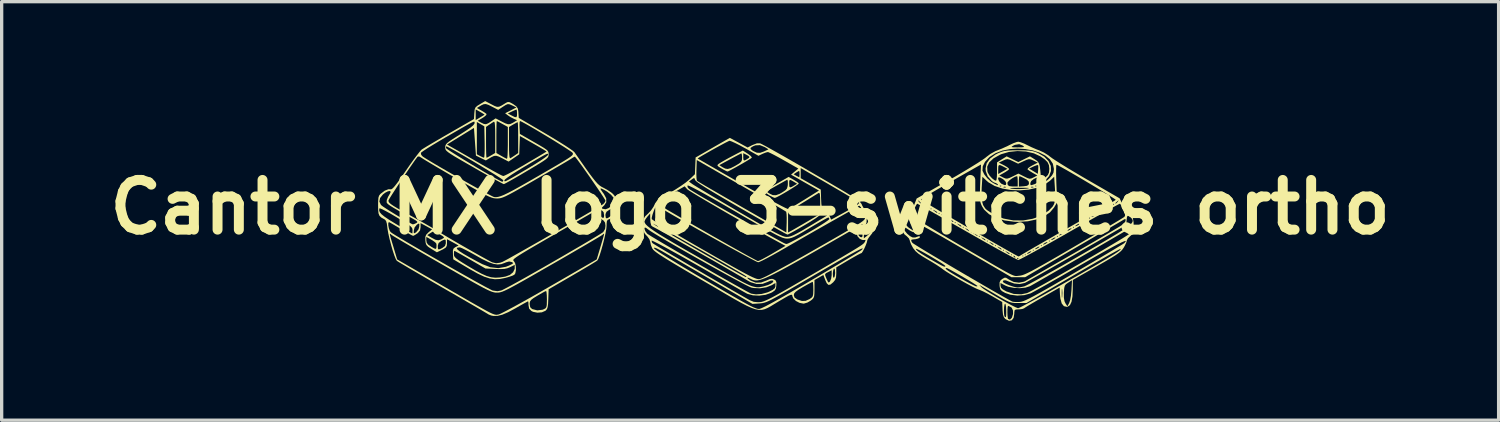
<source format=kicad_pcb>
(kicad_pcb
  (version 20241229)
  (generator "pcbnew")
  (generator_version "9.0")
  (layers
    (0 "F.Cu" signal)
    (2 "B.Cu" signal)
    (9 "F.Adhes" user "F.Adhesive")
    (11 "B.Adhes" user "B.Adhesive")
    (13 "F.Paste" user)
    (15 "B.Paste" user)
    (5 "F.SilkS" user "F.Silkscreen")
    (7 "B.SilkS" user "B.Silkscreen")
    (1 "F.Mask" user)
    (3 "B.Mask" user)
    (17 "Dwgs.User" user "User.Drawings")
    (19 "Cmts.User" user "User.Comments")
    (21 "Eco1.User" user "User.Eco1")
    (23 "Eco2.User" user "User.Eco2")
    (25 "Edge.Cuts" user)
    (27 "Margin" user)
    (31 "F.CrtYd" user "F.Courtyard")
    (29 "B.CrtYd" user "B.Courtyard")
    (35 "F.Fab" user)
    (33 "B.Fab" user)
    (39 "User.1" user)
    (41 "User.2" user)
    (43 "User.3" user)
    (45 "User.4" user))
  (footprint "Cantor MX logo 3-switches ortho"
    (layer "F.Cu")
    (at 19.586 3.201)
    (property "Reference" "Cantor MX logo 3-switches ortho" (at 0 0 0) (layer "F.SilkS") (effects (font (size 1.5 1.5) (thickness 0.3))))
    (attr board_only exclude_from_pos_files exclude_from_bom)
    (fp_poly (pts (xy 1.312 -0.827) (xy 1.4 -0.773) (xy 1.457 -0.729) (xy 1.468 -0.714) (xy 1.442 -0.688) (xy 1.369 -0.636) (xy 1.264 -0.568) (xy 1.141 -0.492) (xy 1.014 -0.417) (xy 0.897 -0.351) (xy 0.804 -0.302) (xy 0.749 -0.28) (xy 0.745 -0.279) (xy 0.697 -0.295) (xy 0.614 -0.337) (xy 0.56 -0.368) (xy 0.48 -0.424) (xy 0.439 -0.469) (xy 0.439 -0.473) (xy 0.486 -0.473) (xy 0.581 -0.412) (xy 0.681 -0.364) (xy 0.777 -0.36) (xy 0.89 -0.401) (xy 0.97 -0.447) (xy 1.064 -0.509) (xy 1.112 -0.565) (xy 1.132 -0.64) (xy 1.137 -0.69) (xy 1.137 -0.71) (xy 1.178 -0.71) (xy 1.182 -0.625) (xy 1.204 -0.595) (xy 1.26 -0.614) (xy 1.319 -0.648) (xy 1.418 -0.706) (xy 1.314 -0.769) (xy 1.231 -0.816) (xy 1.192 -0.821) (xy 1.179 -0.776) (xy 1.178 -0.71) (xy 1.137 -0.71) (xy 1.137 -0.777) (xy 1.126 -0.824) (xy 1.118 -0.827) (xy 1.077 -0.805) (xy 0.99 -0.757) (xy 0.871 -0.691) (xy 0.787 -0.644) (xy 0.486 -0.473) (xy 0.439 -0.473) (xy 0.439 -0.486) (xy 0.479 -0.514) (xy 0.566 -0.568) (xy 0.687 -0.64) (xy 0.814 -0.713) (xy 1.159 -0.912)) (stroke (width 0) (type solid)) (fill yes) (layer "F.SilkS"))
    (fp_poly (pts (xy -0.073 -1.613) (xy 0.006 -1.555) (xy 0.047 -1.508) (xy 0.047 -1.49) (xy 0.003 -1.459) (xy -0.084 -1.405) (xy -0.2 -1.336) (xy -0.329 -1.262) (xy -0.457 -1.19) (xy -0.568 -1.13) (xy -0.649 -1.088) (xy -0.683 -1.075) (xy -0.726 -1.091) (xy -0.807 -1.134) (xy -0.862 -1.166) (xy -0.95 -1.22) (xy -0.987 -1.254) (xy -0.982 -1.268) (xy -0.931 -1.268) (xy -0.838 -1.208) (xy -0.754 -1.164) (xy -0.678 -1.152) (xy -0.59 -1.175) (xy -0.469 -1.236) (xy -0.436 -1.255) (xy -0.331 -1.318) (xy -0.273 -1.367) (xy -0.248 -1.419) (xy -0.243 -1.491) (xy -0.243 -1.5) (xy -0.249 -1.582) (xy -0.264 -1.622) (xy -0.269 -1.623) (xy -0.309 -1.602) (xy -0.396 -1.557) (xy -0.516 -1.493) (xy -0.614 -1.44) (xy -0.931 -1.268) (xy -0.982 -1.268) (xy -0.978 -1.282) (xy -0.94 -1.313) (xy -0.878 -1.352) (xy -0.772 -1.414) (xy -0.638 -1.488) (xy -0.544 -1.538) (xy -0.369 -1.63) (xy -0.208 -1.63) (xy -0.208 -1.507) (xy -0.204 -1.435) (xy -0.185 -1.407) (xy -0.136 -1.423) (xy -0.045 -1.481) (xy -0.038 -1.485) (xy -0.019 -1.514) (xy -0.053 -1.548) (xy -0.099 -1.574) (xy -0.208 -1.63) (xy -0.369 -1.63) (xy -0.222 -1.708)) (stroke (width 0) (type solid)) (fill yes) (layer "F.SilkS"))
    (fp_poly (pts (xy -0.344 -1.946) (xy -0.075 -1.8) (xy 0.067 -1.874) (xy 0.204 -1.926) (xy 0.301 -1.925) (xy 0.349 -1.903) (xy 0.45 -1.85) (xy 0.598 -1.768) (xy 0.788 -1.662) (xy 1.013 -1.535) (xy 1.266 -1.39) (xy 1.542 -1.231) (xy 1.835 -1.061) (xy 1.86 -1.046) (xy 2.195 -0.851) (xy 2.474 -0.688) (xy 2.704 -0.552) (xy 2.889 -0.442) (xy 3.035 -0.352) (xy 3.146 -0.281) (xy 3.229 -0.224) (xy 3.287 -0.179) (xy 3.327 -0.141) (xy 3.353 -0.108) (xy 3.371 -0.076) (xy 3.383 -0.045) (xy 3.458 0.086) (xy 3.554 0.18) (xy 3.663 0.277) (xy 3.722 0.394) (xy 3.742 0.552) (xy 3.742 0.572) (xy 3.729 0.695) (xy 3.678 0.794) (xy 3.638 0.844) (xy 3.576 0.924) (xy 3.539 0.987) (xy 3.535 1.003) (xy 3.521 1.063) (xy 3.488 1.152) (xy 3.444 1.25) (xy 3.4 1.333) (xy 3.367 1.381) (xy 3.358 1.386) (xy 3.319 1.403) (xy 3.232 1.448) (xy 3.112 1.516) (xy 2.969 1.598) (xy 2.964 1.601) (xy 2.599 1.817) (xy 2.599 1.995) (xy 2.592 2.116) (xy 2.563 2.197) (xy 2.508 2.265) (xy 2.423 2.336) (xy 2.361 2.346) (xy 2.31 2.294) (xy 2.268 2.202) (xy 2.209 2.047) (xy 2.075 2.124) (xy 1.941 2.2) (xy 1.941 2.467) (xy 1.939 2.603) (xy 1.931 2.689) (xy 1.909 2.744) (xy 1.868 2.788) (xy 1.825 2.822) (xy 1.726 2.879) (xy 1.627 2.909) (xy 1.608 2.911) (xy 1.491 2.888) (xy 1.381 2.831) (xy 1.302 2.754) (xy 1.276 2.691) (xy 1.269 2.658) (xy 1.265 2.654) (xy 1.317 2.654) (xy 1.339 2.726) (xy 1.416 2.78) (xy 1.429 2.787) (xy 1.563 2.831) (xy 1.673 2.827) (xy 1.788 2.776) (xy 1.793 2.773) (xy 1.854 2.731) (xy 1.888 2.688) (xy 1.902 2.622) (xy 1.906 2.512) (xy 1.906 2.478) (xy 1.903 2.363) (xy 1.896 2.282) (xy 1.887 2.252) (xy 1.851 2.269) (xy 1.769 2.312) (xy 1.656 2.375) (xy 1.592 2.411) (xy 1.457 2.493) (xy 1.373 2.554) (xy 1.33 2.603) (xy 1.317 2.65) (xy 1.317 2.654) (xy 1.265 2.654) (xy 1.254 2.642) (xy 1.219 2.647) (xy 1.157 2.674) (xy 1.056 2.73) (xy 0.909 2.816) (xy 0.85 2.851) (xy 0.724 2.927) (xy 0.617 2.992) (xy 0.524 3.043) (xy 0.438 3.079) (xy 0.353 3.099) (xy 0.262 3.1) (xy 0.161 3.081) (xy 0.042 3.04) (xy -0.1 2.976) (xy -0.272 2.887) (xy -0.48 2.771) (xy -0.73 2.626) (xy -1.028 2.451) (xy -1.381 2.245) (xy -1.386 2.242) (xy -1.733 2.039) (xy -2.024 1.868) (xy -2.264 1.725) (xy -2.46 1.607) (xy -2.614 1.511) (xy -2.733 1.434) (xy -2.821 1.372) (xy -2.883 1.324) (xy -2.924 1.285) (xy -2.949 1.253) (xy -2.954 1.244) (xy -2.96 1.23) (xy -2.905 1.23) (xy -2.904 1.238) (xy -2.872 1.27) (xy -2.781 1.334) (xy -2.635 1.429) (xy -2.436 1.554) (xy -2.187 1.706) (xy -1.889 1.884) (xy -1.547 2.087) (xy -1.368 2.192) (xy -1.022 2.394) (xy -0.731 2.564) (xy -0.489 2.703) (xy -0.291 2.816) (xy -0.132 2.904) (xy -0.007 2.97) (xy 0.089 3.018) (xy 0.161 3.048) (xy 0.214 3.066) (xy 0.254 3.072) (xy 0.277 3.072) (xy 0.342 3.049) (xy 0.466 2.99) (xy 0.648 2.893) (xy 0.888 2.76) (xy 1.186 2.59) (xy 1.542 2.383) (xy 1.854 2.2) (xy 2.145 2.029) (xy 2.155 2.023) (xy 2.261 2.023) (xy 2.267 2.069) (xy 2.302 2.155) (xy 2.308 2.169) (xy 2.345 2.25) (xy 2.37 2.276) (xy 2.399 2.254) (xy 2.412 2.236) (xy 2.444 2.158) (xy 2.46 2.052) (xy 2.46 2.037) (xy 2.46 2.014) (xy 2.495 2.014) (xy 2.502 2.101) (xy 2.522 2.133) (xy 2.53 2.131) (xy 2.552 2.086) (xy 2.564 1.999) (xy 2.564 1.971) (xy 2.557 1.884) (xy 2.537 1.852) (xy 2.53 1.854) (xy 2.508 1.899) (xy 2.496 1.986) (xy 2.495 2.014) (xy 2.46 2.014) (xy 2.46 1.904) (xy 2.356 1.958) (xy 2.289 1.993) (xy 2.261 2.023) (xy 2.155 2.023) (xy 2.418 1.867) (xy 2.668 1.718) (xy 2.889 1.585) (xy 3.074 1.474) (xy 3.218 1.386) (xy 3.315 1.326) (xy 3.358 1.297) (xy 3.359 1.296) (xy 3.394 1.26) (xy 3.397 1.244) (xy 3.367 1.25) (xy 3.299 1.281) (xy 3.19 1.337) (xy 3.037 1.42) (xy 2.838 1.532) (xy 2.589 1.675) (xy 2.286 1.85) (xy 1.938 2.052) (xy 1.608 2.245) (xy 1.331 2.406) (xy 1.102 2.538) (xy 0.916 2.644) (xy 0.767 2.726) (xy 0.649 2.789) (xy 0.556 2.834) (xy 0.482 2.865) (xy 0.422 2.884) (xy 0.37 2.896) (xy 0.32 2.902) (xy 0.286 2.905) (xy 0.07 2.919) (xy -1.048 2.267) (xy -1.32 2.109) (xy -1.59 1.952) (xy -1.847 1.802) (xy -2.082 1.665) (xy -2.285 1.546) (xy -2.446 1.452) (xy -2.541 1.397) (xy -2.705 1.303) (xy -2.816 1.246) (xy -2.881 1.222) (xy -2.905 1.23) (xy -2.96 1.23) (xy -2.995 1.144) (xy -3.014 1.054) (xy -3.015 1.045) (xy -3.027 1.008) (xy -2.975 1.008) (xy -2.964 1.061) (xy -2.941 1.09) (xy -2.904 1.114) (xy -2.815 1.169) (xy -2.68 1.25) (xy -2.506 1.353) (xy -2.301 1.475) (xy -2.071 1.61) (xy -1.824 1.756) (xy -1.567 1.906) (xy -1.307 2.059) (xy -1.05 2.208) (xy -0.805 2.351) (xy -0.579 2.483) (xy -0.377 2.599) (xy -0.208 2.696) (xy -0.079 2.77) (xy -0.016 2.805) (xy 0.108 2.857) (xy 0.241 2.869) (xy 0.295 2.866) (xy 0.341 2.86) (xy 0.395 2.845) (xy 0.462 2.819) (xy 0.549 2.78) (xy 0.66 2.724) (xy 0.801 2.648) (xy 0.977 2.549) (xy 1.195 2.425) (xy 1.459 2.272) (xy 1.775 2.088) (xy 1.906 2.012) (xy 2.245 1.814) (xy 2.529 1.647) (xy 2.764 1.51) (xy 2.954 1.397) (xy 3.104 1.308) (xy 3.219 1.238) (xy 3.305 1.183) (xy 3.366 1.142) (xy 3.407 1.111) (xy 3.433 1.087) (xy 3.45 1.066) (xy 3.462 1.045) (xy 3.468 1.035) (xy 3.484 0.99) (xy 3.454 0.99) (xy 3.448 0.992) (xy 3.383 0.989) (xy 3.309 0.956) (xy 3.295 0.941) (xy 3.431 0.941) (xy 3.526 0.866) (xy 3.605 0.791) (xy 3.663 0.717) (xy 3.663 0.716) (xy 3.701 0.634) (xy 3.705 0.586) (xy 3.679 0.583) (xy 3.651 0.606) (xy 3.577 0.67) (xy 3.512 0.717) (xy 3.446 0.793) (xy 3.431 0.855) (xy 3.431 0.941) (xy 3.295 0.941) (xy 3.235 0.873) (xy 3.224 0.795) (xy 3.257 0.795) (xy 3.276 0.856) (xy 3.319 0.899) (xy 3.364 0.91) (xy 3.39 0.88) (xy 3.389 0.8) (xy 3.383 0.778) (xy 3.34 0.733) (xy 3.289 0.736) (xy 3.258 0.783) (xy 3.257 0.795) (xy 3.224 0.795) (xy 3.22 0.769) (xy 3.253 0.685) (xy 3.353 0.685) (xy 3.367 0.697) (xy 3.4 0.718) (xy 3.427 0.72) (xy 3.465 0.695) (xy 3.533 0.635) (xy 3.551 0.62) (xy 3.644 0.513) (xy 3.669 0.414) (xy 3.626 0.319) (xy 3.595 0.285) (xy 3.517 0.212) (xy 3.517 0.369) (xy 3.51 0.476) (xy 3.478 0.544) (xy 3.419 0.597) (xy 3.358 0.65) (xy 3.353 0.685) (xy 3.253 0.685) (xy 3.263 0.658) (xy 3.335 0.576) (xy 3.394 0.522) (xy 3.401 0.507) (xy 3.361 0.527) (xy 2.864 0.813) (xy 2.422 1.067) (xy 2.033 1.29) (xy 1.694 1.483) (xy 1.399 1.649) (xy 1.145 1.79) (xy 0.93 1.907) (xy 0.748 2.001) (xy 0.597 2.076) (xy 0.472 2.133) (xy 0.37 2.173) (xy 0.287 2.198) (xy 0.22 2.211) (xy 0.164 2.212) (xy 0.116 2.205) (xy 0.073 2.19) (xy 0.03 2.17) (xy 0.021 2.165) (xy -0.062 2.128) (xy -0.091 2.129) (xy -0.063 2.162) (xy 0.011 2.214) (xy 0.167 2.277) (xy 0.33 2.274) (xy 0.492 2.214) (xy 0.592 2.171) (xy 0.664 2.163) (xy 0.717 2.18) (xy 0.771 2.215) (xy 0.792 2.269) (xy 0.79 2.363) (xy 0.778 2.454) (xy 0.744 2.512) (xy 0.673 2.563) (xy 0.627 2.588) (xy 0.464 2.645) (xy 0.275 2.67) (xy 0.085 2.661) (xy -0.077 2.618) (xy -0.105 2.604) (xy -0.16 2.574) (xy -0.268 2.513) (xy -0.422 2.425) (xy -0.617 2.314) (xy -0.845 2.184) (xy -1.1 2.039) (xy -1.374 1.881) (xy -1.594 1.755) (xy -1.874 1.596) (xy -2.136 1.448) (xy -2.373 1.317) (xy -2.579 1.204) (xy -2.748 1.114) (xy -2.875 1.05) (xy -2.952 1.014) (xy -2.975 1.008) (xy -3.027 1.008) (xy -3.04 0.968) (xy -3.103 0.882) (xy -3.119 0.866) (xy -3.176 0.806) (xy -3.207 0.747) (xy -3.22 0.663) (xy -3.22 0.652) (xy -3.188 0.652) (xy -3.165 0.721) (xy -3.108 0.798) (xy -3.105 0.801) (xy -3.063 0.83) (xy -2.968 0.89) (xy -2.826 0.975) (xy -2.646 1.082) (xy -2.433 1.207) (xy -2.196 1.346) (xy -1.94 1.494) (xy -1.674 1.648) (xy -1.404 1.804) (xy -1.138 1.957) (xy -0.882 2.103) (xy -0.644 2.238) (xy -0.43 2.359) (xy -0.248 2.46) (xy -0.105 2.539) (xy -0.007 2.591) (xy 0.035 2.61) (xy 0.176 2.632) (xy 0.347 2.619) (xy 0.52 2.573) (xy 0.58 2.548) (xy 0.687 2.493) (xy 0.743 2.445) (xy 0.762 2.392) (xy 0.762 2.376) (xy 0.762 2.289) (xy 0.65 2.355) (xy 0.488 2.419) (xy 0.296 2.449) (xy 0.103 2.44) (xy 0.034 2.426) (xy -0.025 2.401) (xy -0.137 2.346) (xy -0.294 2.264) (xy -0.489 2.159) (xy -0.713 2.037) (xy -0.961 1.9) (xy -1.224 1.754) (xy -1.495 1.602) (xy -1.766 1.449) (xy -2.031 1.298) (xy -2.281 1.155) (xy -2.51 1.022) (xy -2.71 0.904) (xy -2.873 0.806) (xy -2.992 0.732) (xy -3.058 0.687) (xy -3.136 0.629) (xy -3.175 0.613) (xy -3.187 0.634) (xy -3.188 0.652) (xy -3.22 0.652) (xy -3.223 0.543) (xy -3.221 0.435) (xy -3.188 0.435) (xy -3.179 0.473) (xy -3.15 0.518) (xy -3.095 0.572) (xy -3.011 0.639) (xy -2.893 0.721) (xy -2.737 0.822) (xy -2.538 0.943) (xy -2.293 1.088) (xy -1.996 1.26) (xy -1.643 1.462) (xy -1.577 1.5) (xy -1.23 1.697) (xy -0.939 1.862) (xy -0.696 1.999) (xy -0.497 2.109) (xy -0.337 2.197) (xy -0.209 2.265) (xy -0.108 2.315) (xy -0.029 2.352) (xy 0.033 2.377) (xy 0.085 2.393) (xy 0.121 2.402) (xy 0.199 2.417) (xy 0.264 2.418) (xy 0.349 2.403) (xy 0.409 2.389) (xy 0.534 2.352) (xy 0.631 2.307) (xy 0.69 2.262) (xy 0.698 2.224) (xy 0.687 2.214) (xy 0.628 2.213) (xy 0.541 2.25) (xy 0.534 2.254) (xy 0.373 2.315) (xy 0.193 2.318) (xy 0.01 2.263) (xy -0.066 2.221) (xy -0.147 2.173) (xy -0.274 2.098) (xy -0.441 2.001) (xy -0.64 1.886) (xy -0.864 1.757) (xy -1.106 1.618) (xy -1.36 1.474) (xy -1.617 1.327) (xy -1.87 1.184) (xy -2.113 1.047) (xy -2.337 0.92) (xy -2.537 0.808) (xy -2.705 0.715) (xy -2.833 0.645) (xy -2.914 0.602) (xy -2.941 0.589) (xy -2.983 0.556) (xy -2.999 0.496) (xy -2.934 0.496) (xy -2.908 0.516) (xy -2.829 0.566) (xy -2.704 0.641) (xy -2.54 0.738) (xy -2.344 0.853) (xy -2.124 0.981) (xy -1.886 1.119) (xy -1.639 1.262) (xy -1.387 1.407) (xy -1.14 1.548) (xy -0.904 1.682) (xy -0.687 1.806) (xy -0.494 1.914) (xy -0.335 2.002) (xy -0.215 2.067) (xy -0.142 2.105) (xy -0.123 2.113) (xy -0.11 2.099) (xy -0.123 2.084) (xy -0.164 2.057) (xy -0.257 2.001) (xy -0.394 1.921) (xy -0.569 1.82) (xy -0.773 1.702) (xy -1 1.573) (xy -1.242 1.435) (xy -1.493 1.293) (xy -1.745 1.151) (xy -1.99 1.013) (xy -2.222 0.883) (xy -2.433 0.765) (xy -2.617 0.664) (xy -2.765 0.583) (xy -2.871 0.527) (xy -2.927 0.499) (xy -2.934 0.496) (xy -2.999 0.496) (xy -3.008 0.461) (xy -3.016 0.335) (xy -3.016 0.321) (xy -2.97 0.321) (xy -2.969 0.36) (xy -2.936 0.386) (xy -2.849 0.443) (xy -2.713 0.527) (xy -2.533 0.635) (xy -2.316 0.764) (xy -2.068 0.91) (xy -1.793 1.07) (xy -1.498 1.24) (xy -1.397 1.297) (xy -1.049 1.497) (xy -0.755 1.664) (xy -0.511 1.802) (xy -0.311 1.913) (xy -0.151 2) (xy -0.025 2.066) (xy 0.073 2.114) (xy 0.147 2.145) (xy 0.202 2.164) (xy 0.244 2.172) (xy 0.278 2.172) (xy 0.284 2.171) (xy 0.352 2.148) (xy 0.478 2.09) (xy 0.662 1.996) (xy 0.903 1.866) (xy 1.202 1.702) (xy 1.556 1.503) (xy 1.826 1.35) (xy 2.184 1.145) (xy 2.487 0.972) (xy 2.738 0.827) (xy 2.943 0.708) (xy 3.106 0.61) (xy 3.232 0.533) (xy 3.325 0.472) (xy 3.391 0.426) (xy 3.432 0.39) (xy 3.455 0.363) (xy 3.465 0.34) (xy 3.465 0.332) (xy 3.453 0.276) (xy 3.42 0.182) (xy 3.391 0.108) (xy 3.339 0.001) (xy 3.299 -0.042) (xy 3.278 -0.038) (xy 3.238 -0.012) (xy 3.146 0.042) (xy 3.012 0.119) (xy 2.845 0.214) (xy 2.653 0.322) (xy 2.547 0.382) (xy 2.303 0.519) (xy 2.021 0.679) (xy 1.721 0.851) (xy 1.424 1.021) (xy 1.152 1.178) (xy 1.087 1.216) (xy 0.875 1.338) (xy 0.68 1.447) (xy 0.509 1.539) (xy 0.373 1.609) (xy 0.28 1.651) (xy 0.242 1.663) (xy 0.201 1.647) (xy 0.107 1.6) (xy -0.033 1.526) (xy -0.211 1.43) (xy -0.421 1.316) (xy -0.655 1.188) (xy -0.905 1.049) (xy -1.166 0.903) (xy -1.429 0.756) (xy -1.688 0.61) (xy -1.935 0.47) (xy -2.163 0.339) (xy -2.364 0.223) (xy -2.533 0.124) (xy -2.661 0.047) (xy -2.741 -0.004) (xy -2.742 -0.005) (xy -2.834 -0.069) (xy -2.911 0.121) (xy -2.949 0.232) (xy -2.97 0.321) (xy -3.016 0.321) (xy -3.017 0.191) (xy -3.102 0.288) (xy -3.159 0.365) (xy -3.187 0.427) (xy -3.188 0.435) (xy -3.221 0.435) (xy -3.22 0.419) (xy -3.207 0.341) (xy -3.174 0.283) (xy -3.111 0.222) (xy -3.087 0.201) (xy -2.993 0.101) (xy -2.915 -0.013) (xy -2.895 -0.056) (xy -2.866 -0.116) (xy -2.841 -0.151) (xy -2.805 -0.151) (xy -2.796 -0.119) (xy -2.77 -0.088) (xy -2.729 -0.059) (xy -2.635 -0.001) (xy -2.496 0.082) (xy -2.318 0.186) (xy -2.11 0.307) (xy -1.877 0.442) (xy -1.628 0.586) (xy -1.369 0.734) (xy -1.107 0.884) (xy -0.849 1.03) (xy -0.603 1.169) (xy -0.375 1.297) (xy -0.173 1.41) (xy -0.004 1.503) (xy 0.126 1.573) (xy 0.208 1.616) (xy 0.235 1.628) (xy 0.281 1.611) (xy 0.373 1.566) (xy 0.499 1.498) (xy 0.647 1.414) (xy 0.674 1.398) (xy 1.067 1.167) (xy 0.958 1.11) (xy 0.8 1.024) (xy 0.605 0.918) (xy 0.383 0.794) (xy 0.138 0.656) (xy -0.12 0.51) (xy -0.385 0.358) (xy -0.65 0.206) (xy -0.907 0.057) (xy -1.149 -0.085) (xy -1.37 -0.214) (xy -1.562 -0.328) (xy -1.717 -0.422) (xy -1.829 -0.492) (xy -1.89 -0.533) (xy -1.898 -0.54) (xy -1.958 -0.608) (xy -1.892 -0.608) (xy -1.853 -0.557) (xy -1.809 -0.526) (xy -1.711 -0.466) (xy -1.566 -0.379) (xy -1.38 -0.27) (xy -1.159 -0.142) (xy -0.911 0.000107) (xy -0.641 0.154) (xy -0.45 0.261) (xy -0.11 0.453) (xy 0.175 0.614) (xy 0.41 0.746) (xy 0.599 0.853) (xy 0.748 0.936) (xy 0.863 1) (xy 0.947 1.046) (xy 1.006 1.077) (xy 1.045 1.096) (xy 1.07 1.106) (xy 1.084 1.11) (xy 1.094 1.11) (xy 1.105 1.109) (xy 1.108 1.109) (xy 1.153 1.092) (xy 1.247 1.046) (xy 1.382 0.975) (xy 1.547 0.885) (xy 1.733 0.781) (xy 1.775 0.757) (xy 1.961 0.648) (xy 2.124 0.549) (xy 2.256 0.464) (xy 2.347 0.4) (xy 2.389 0.363) (xy 2.391 0.358) (xy 2.372 0.316) (xy 2.358 0.312) (xy 2.319 0.329) (xy 2.232 0.376) (xy 2.105 0.448) (xy 1.949 0.539) (xy 1.796 0.63) (xy 1.6 0.747) (xy 1.452 0.832) (xy 1.34 0.89) (xy 1.255 0.925) (xy 1.186 0.943) (xy 1.122 0.949) (xy 1.11 0.949) (xy 1.069 0.946) (xy 1.022 0.936) (xy 0.963 0.917) (xy 0.887 0.884) (xy 0.788 0.836) (xy 0.662 0.768) (xy 0.501 0.679) (xy 0.301 0.566) (xy 0.055 0.424) (xy -0.241 0.253) (xy -0.45 0.13) (xy -0.795 -0.069) (xy -1.098 -0.242) (xy -1.355 -0.387) (xy -1.566 -0.503) (xy -1.726 -0.587) (xy -1.832 -0.639) (xy -1.884 -0.656) (xy -1.887 -0.655) (xy -1.892 -0.608) (xy -1.958 -0.608) (xy -1.976 -0.629) (xy -2.383 -0.397) (xy -2.533 -0.31) (xy -2.661 -0.236) (xy -2.754 -0.182) (xy -2.801 -0.153) (xy -2.805 -0.151) (xy -2.841 -0.151) (xy -2.828 -0.169) (xy -2.768 -0.222) (xy -2.676 -0.284) (xy -2.54 -0.365) (xy -2.425 -0.431) (xy -2.254 -0.533) (xy -2.087 -0.641) (xy -1.945 -0.742) (xy -1.909 -0.772) (xy -1.847 -0.772) (xy -1.746 -0.698) (xy -1.696 -0.665) (xy -1.592 -0.601) (xy -1.442 -0.511) (xy -1.252 -0.397) (xy -1.029 -0.265) (xy -0.779 -0.118) (xy -0.511 0.04) (xy -0.347 0.136) (xy -0.026 0.323) (xy 0.241 0.477) (xy 0.46 0.602) (xy 0.636 0.7) (xy 0.775 0.775) (xy 0.883 0.829) (xy 0.965 0.865) (xy 1.028 0.887) (xy 1.076 0.897) (xy 1.098 0.898) (xy 1.16 0.895) (xy 1.228 0.878) (xy 1.312 0.843) (xy 1.424 0.786) (xy 1.574 0.702) (xy 1.771 0.585) (xy 1.774 0.584) (xy 1.946 0.481) (xy 2.096 0.39) (xy 2.215 0.318) (xy 2.293 0.27) (xy 2.32 0.253) (xy 2.32 0.216) (xy 2.285 0.163) (xy 2.233 0.12) (xy 2.208 0.111) (xy 2.159 0.13) (xy 2.142 0.178) (xy 2.122 0.218) (xy 2.066 0.271) (xy 1.969 0.342) (xy 1.822 0.436) (xy 1.646 0.542) (xy 1.48 0.638) (xy 1.335 0.721) (xy 1.22 0.784) (xy 1.147 0.821) (xy 1.126 0.828) (xy 1.09 0.811) (xy 1.003 0.765) (xy 1.144 0.765) (xy 1.221 0.724) (xy 1.28 0.692) (xy 1.384 0.632) (xy 1.52 0.553) (xy 1.675 0.463) (xy 1.707 0.444) (xy 2.114 0.205) (xy 2.114 -0.125) (xy 2.112 -0.283) (xy 2.105 -0.38) (xy 2.091 -0.426) (xy 2.07 -0.43) (xy 2.027 -0.404) (xy 1.936 -0.348) (xy 1.81 -0.27) (xy 1.659 -0.176) (xy 1.585 -0.131) (xy 1.144 0.144) (xy 1.144 0.455) (xy 1.144 0.765) (xy 1.003 0.765) (xy 1 0.763) (xy 0.862 0.687) (xy 0.683 0.587) (xy 0.468 0.466) (xy 0.224 0.327) (xy -0.043 0.174) (xy -0.276 0.04) (xy -0.624 -0.161) (xy -0.914 -0.331) (xy -1.151 -0.472) (xy -1.339 -0.586) (xy -1.48 -0.676) (xy -1.578 -0.743) (xy -1.638 -0.791) (xy -1.662 -0.821) (xy -1.662 -0.823) (xy -1.679 -0.872) (xy -1.707 -0.874) (xy -1.764 -0.835) (xy -1.847 -0.772) (xy -1.909 -0.772) (xy -1.844 -0.825) (xy -1.839 -0.829) (xy -1.678 -0.983) (xy -1.623 -0.983) (xy -1.619 -0.871) (xy -1.609 -0.804) (xy -1.604 -0.794) (xy -1.569 -0.772) (xy -1.48 -0.719) (xy -1.344 -0.638) (xy -1.166 -0.535) (xy -0.952 -0.411) (xy -0.71 -0.271) (xy -0.444 -0.118) (xy -0.243 -0.002) (xy 1.092 0.763) (xy 1.102 0.463) (xy 1.103 0.324) (xy 1.099 0.213) (xy 1.089 0.146) (xy 1.084 0.136) (xy 1.049 0.113) (xy 0.961 0.06) (xy 0.824 -0.02) (xy 0.646 -0.124) (xy 0.432 -0.247) (xy 0.19 -0.388) (xy -0.075 -0.54) (xy -0.277 -0.656) (xy -1.611 -1.422) (xy -1.621 -1.121) (xy -1.623 -0.983) (xy -1.678 -0.983) (xy -1.667 -0.994) (xy -1.656 -1.246) (xy -1.647 -1.468) (xy -1.583 -1.468) (xy -1.553 -1.45) (xy -1.468 -1.401) (xy -1.336 -1.324) (xy -1.162 -1.224) (xy -0.952 -1.103) (xy -0.712 -0.965) (xy -0.448 -0.813) (xy -0.243 -0.695) (xy 0.051 -0.527) (xy 0.321 -0.375) (xy 0.564 -0.241) (xy 0.772 -0.128) (xy 0.94 -0.039) (xy 1.063 0.023) (xy 1.135 0.054) (xy 1.15 0.057) (xy 1.2 0.034) (xy 1.295 -0.019) (xy 1.425 -0.096) (xy 1.577 -0.189) (xy 1.643 -0.229) (xy 2.076 -0.501) (xy 1.896 -0.603) (xy 1.772 -0.673) (xy 1.621 -0.759) (xy 1.475 -0.843) (xy 1.475 -0.843) (xy 1.234 -0.981) (xy 1.248 -0.993) (xy 1.311 -0.993) (xy 1.392 -0.948) (xy 1.455 -0.915) (xy 1.481 -0.902) (xy 1.487 -0.931) (xy 1.49 -1.004) (xy 1.49 -1.006) (xy 1.487 -1.077) (xy 1.465 -1.09) (xy 1.404 -1.054) (xy 1.401 -1.052) (xy 1.311 -0.993) (xy 1.248 -0.993) (xy 1.344 -1.073) (xy 1.454 -1.165) (xy 1.427 -1.18) (xy 1.525 -1.18) (xy 1.525 -1.027) (xy 1.525 -0.874) (xy 1.828 -0.702) (xy 2.131 -0.53) (xy 2.141 -0.246) (xy 2.148 -0.105) (xy 2.158 -0.018) (xy 2.177 0.031) (xy 2.209 0.058) (xy 2.239 0.071) (xy 2.319 0.132) (xy 2.385 0.24) (xy 2.385 0.241) (xy 2.443 0.377) (xy 2.738 0.217) (xy 2.883 0.137) (xy 3.021 0.059) (xy 3.13 -0.004) (xy 3.162 -0.024) (xy 3.241 -0.078) (xy 3.286 -0.12) (xy 3.291 -0.13) (xy 3.274 -0.147) (xy 3.221 -0.183) (xy 3.13 -0.241) (xy 2.996 -0.322) (xy 2.817 -0.429) (xy 2.589 -0.562) (xy 2.31 -0.725) (xy 1.976 -0.919) (xy 1.691 -1.084) (xy 1.525 -1.18) (xy 1.427 -1.18) (xy 1.018 -1.414) (xy 0.859 -1.503) (xy 0.719 -1.578) (xy 0.611 -1.632) (xy 0.545 -1.661) (xy 0.534 -1.663) (xy 0.474 -1.649) (xy 0.385 -1.614) (xy 0.369 -1.607) (xy 0.25 -1.55) (xy -0.115 -1.757) (xy 0.01 -1.757) (xy 0.064 -1.712) (xy 0.095 -1.692) (xy 0.202 -1.643) (xy 0.3 -1.639) (xy 0.419 -1.681) (xy 0.431 -1.687) (xy 0.553 -1.745) (xy 0.442 -1.812) (xy 0.295 -1.872) (xy 0.157 -1.865) (xy 0.084 -1.835) (xy 0.017 -1.792) (xy 0.01 -1.757) (xy -0.115 -1.757) (xy -0.159 -1.781) (xy -0.314 -1.866) (xy -0.451 -1.935) (xy -0.556 -1.982) (xy -0.617 -2.003) (xy -0.624 -2.003) (xy -0.667 -1.984) (xy -0.755 -1.94) (xy -0.874 -1.876) (xy -1.014 -1.8) (xy -1.16 -1.719) (xy -1.302 -1.638) (xy -1.427 -1.567) (xy -1.523 -1.51) (xy -1.576 -1.475) (xy -1.583 -1.468) (xy -1.647 -1.468) (xy -1.646 -1.499) (xy -1.13 -1.795) (xy -0.613 -2.091)) (stroke (width 0) (type solid)) (fill yes) (layer "F.SilkS"))
    (fp_poly (pts (xy -7.804 -3.101) (xy -7.707 -3.051) (xy -7.638 -3.027) (xy -7.576 -3.031) (xy -7.501 -3.066) (xy -7.391 -3.133) (xy -7.361 -3.152) (xy -7.309 -3.174) (xy -7.254 -3.166) (xy -7.172 -3.122) (xy -7.147 -3.107) (xy -7.058 -3.044) (xy -7.014 -2.984) (xy -6.996 -2.898) (xy -6.993 -2.855) (xy -6.982 -2.694) (xy -6.172 -2.219) (xy -5.954 -2.089) (xy -5.754 -1.967) (xy -5.581 -1.858) (xy -5.442 -1.766) (xy -5.346 -1.698) (xy -5.303 -1.66) (xy -5.118 -1.395) (xy -4.968 -1.181) (xy -4.847 -1.011) (xy -4.749 -0.881) (xy -4.671 -0.783) (xy -4.607 -0.712) (xy -4.551 -0.661) (xy -4.5 -0.624) (xy -4.448 -0.595) (xy -4.428 -0.586) (xy -4.307 -0.52) (xy -4.197 -0.447) (xy -4.153 -0.411) (xy -4.102 -0.357) (xy -4.072 -0.302) (xy -4.058 -0.225) (xy -4.054 -0.105) (xy -4.054 -0.063) (xy -4.064 0.118) (xy -4.096 0.241) (xy -4.154 0.319) (xy -4.244 0.361) (xy -4.244 0.361) (xy -4.295 0.38) (xy -4.322 0.419) (xy -4.331 0.495) (xy -4.332 0.564) (xy -4.341 0.659) (xy -4.366 0.796) (xy -4.402 0.958) (xy -4.446 1.131) (xy -4.493 1.298) (xy -4.539 1.444) (xy -4.579 1.553) (xy -4.611 1.61) (xy -4.65 1.637) (xy -4.74 1.693) (xy -4.873 1.773) (xy -5.039 1.872) (xy -5.231 1.984) (xy -5.364 2.062) (xy -6.081 2.478) (xy -6.091 2.772) (xy -6.098 2.92) (xy -6.111 3.016) (xy -6.132 3.076) (xy -6.166 3.117) (xy -6.178 3.127) (xy -6.286 3.174) (xy -6.421 3.184) (xy -6.551 3.158) (xy -6.602 3.132) (xy -6.669 3.063) (xy -6.688 2.96) (xy -6.688 2.959) (xy -6.689 2.924) (xy -6.653 2.924) (xy -6.637 3.02) (xy -6.58 3.074) (xy -6.575 3.076) (xy -6.425 3.114) (xy -6.267 3.096) (xy -6.222 3.078) (xy -6.176 3.053) (xy -6.15 3.016) (xy -6.137 2.951) (xy -6.134 2.841) (xy -6.133 2.784) (xy -6.136 2.661) (xy -6.144 2.571) (xy -6.156 2.53) (xy -6.157 2.53) (xy -6.197 2.546) (xy -6.279 2.59) (xy -6.388 2.653) (xy -6.417 2.67) (xy -6.536 2.743) (xy -6.607 2.797) (xy -6.642 2.844) (xy -6.653 2.899) (xy -6.653 2.924) (xy -6.689 2.924) (xy -6.691 2.88) (xy -6.7 2.842) (xy -6.702 2.841) (xy -6.735 2.858) (xy -6.817 2.902) (xy -6.935 2.968) (xy -7.076 3.048) (xy -7.086 3.054) (xy -7.302 3.17) (xy -7.477 3.244) (xy -7.622 3.281) (xy -7.748 3.282) (xy -7.814 3.269) (xy -7.888 3.24) (xy -7.918 3.222) (xy -7.954 3.2) (xy -8.045 3.146) (xy -8.183 3.065) (xy -8.362 2.961) (xy -8.576 2.837) (xy -8.819 2.696) (xy -9.085 2.543) (xy -9.287 2.426) (xy -9.565 2.266) (xy -9.826 2.114) (xy -10.063 1.976) (xy -10.269 1.856) (xy -10.438 1.755) (xy -10.565 1.68) (xy -10.642 1.632) (xy -10.663 1.617) (xy -10.696 1.56) (xy -10.739 1.451) (xy -10.787 1.305) (xy -10.835 1.138) (xy -10.88 0.965) (xy -10.914 0.815) (xy -10.873 0.815) (xy -10.864 0.861) (xy -10.839 0.95) (xy -10.797 1.092) (xy -10.766 1.195) (xy -10.652 1.577) (xy -9.32 2.347) (xy -8.971 2.549) (xy -8.678 2.718) (xy -8.434 2.859) (xy -8.235 2.972) (xy -8.075 3.062) (xy -7.949 3.131) (xy -7.853 3.181) (xy -7.78 3.215) (xy -7.726 3.235) (xy -7.685 3.245) (xy -7.653 3.248) (xy -7.624 3.244) (xy -7.593 3.239) (xy -7.59 3.238) (xy -7.537 3.217) (xy -7.43 3.164) (xy -7.276 3.083) (xy -7.081 2.978) (xy -6.853 2.852) (xy -6.597 2.709) (xy -6.321 2.552) (xy -6.05 2.397) (xy -4.63 1.577) (xy -4.516 1.195) (xy -4.464 1.022) (xy -4.43 0.905) (xy -4.412 0.836) (xy -4.409 0.805) (xy -4.42 0.804) (xy -4.444 0.822) (xy -4.461 0.838) (xy -4.503 0.865) (xy -4.598 0.923) (xy -4.742 1.008) (xy -4.927 1.117) (xy -5.149 1.246) (xy -5.4 1.392) (xy -5.674 1.551) (xy -5.967 1.719) (xy -5.993 1.734) (xy -6.33 1.927) (xy -6.612 2.089) (xy -6.845 2.221) (xy -7.035 2.327) (xy -7.188 2.41) (xy -7.308 2.473) (xy -7.402 2.518) (xy -7.474 2.548) (xy -7.531 2.566) (xy -7.579 2.576) (xy -7.622 2.579) (xy -7.641 2.579) (xy -7.684 2.578) (xy -7.729 2.571) (xy -7.781 2.557) (xy -7.846 2.532) (xy -7.93 2.494) (xy -8.038 2.44) (xy -8.176 2.366) (xy -8.349 2.27) (xy -8.562 2.15) (xy -8.823 2.001) (xy -9.135 1.822) (xy -9.288 1.734) (xy -9.582 1.565) (xy -9.859 1.405) (xy -10.112 1.258) (xy -10.336 1.128) (xy -10.525 1.017) (xy -10.672 0.929) (xy -10.772 0.869) (xy -10.819 0.839) (xy -10.82 0.838) (xy -10.85 0.812) (xy -10.868 0.802) (xy -10.873 0.815) (xy -10.914 0.815) (xy -10.917 0.803) (xy -10.941 0.667) (xy -10.946 0.625) (xy -10.963 0.496) (xy -10.968 0.479) (xy -10.919 0.479) (xy -10.919 0.548) (xy -10.903 0.634) (xy -10.875 0.712) (xy -10.848 0.752) (xy -10.8 0.787) (xy -10.698 0.851) (xy -10.55 0.94) (xy -10.364 1.051) (xy -10.147 1.178) (xy -9.905 1.319) (xy -9.647 1.468) (xy -9.38 1.621) (xy -9.111 1.775) (xy -8.847 1.925) (xy -8.595 2.067) (xy -8.364 2.197) (xy -8.16 2.31) (xy -7.991 2.403) (xy -7.863 2.47) (xy -7.785 2.509) (xy -7.768 2.516) (xy -7.626 2.536) (xy -7.514 2.516) (xy -7.459 2.491) (xy -7.351 2.435) (xy -7.195 2.352) (xy -6.999 2.244) (xy -6.769 2.116) (xy -6.512 1.97) (xy -6.233 1.812) (xy -5.944 1.646) (xy -5.653 1.478) (xy -5.379 1.318) (xy -5.127 1.172) (xy -4.905 1.041) (xy -4.719 0.93) (xy -4.574 0.843) (xy -4.477 0.782) (xy -4.433 0.752) (xy -4.433 0.752) (xy -4.378 0.657) (xy -4.366 0.562) (xy -4.378 0.466) (xy -4.423 0.405) (xy -4.468 0.375) (xy -4.545 0.311) (xy -4.578 0.218) (xy -4.58 0.193) (xy -4.583 0.161) (xy -4.534 0.161) (xy -4.519 0.261) (xy -4.482 0.303) (xy -4.435 0.329) (xy -4.414 0.304) (xy -4.407 0.255) (xy -4.408 0.243) (xy -4.366 0.243) (xy -4.357 0.319) (xy -4.326 0.341) (xy -4.262 0.309) (xy -4.196 0.257) (xy -4.116 0.167) (xy -4.09 0.069) (xy -4.089 0.058) (xy -4.096 -0.006) (xy -4.113 -0.017) (xy -4.115 -0.013) (xy -4.162 0.027) (xy -4.241 0.076) (xy -4.254 0.083) (xy -4.334 0.138) (xy -4.364 0.207) (xy -4.366 0.243) (xy -4.408 0.243) (xy -4.421 0.155) (xy -4.458 0.112) (xy -4.505 0.087) (xy -4.526 0.112) (xy -4.534 0.161) (xy -4.583 0.161) (xy -4.591 0.068) (xy -5.897 0.82) (xy -6.212 1.002) (xy -6.472 1.153) (xy -6.681 1.275) (xy -6.844 1.373) (xy -6.967 1.449) (xy -7.054 1.507) (xy -7.11 1.549) (xy -7.141 1.579) (xy -7.15 1.6) (xy -7.142 1.615) (xy -7.136 1.62) (xy -7.094 1.685) (xy -7.071 1.788) (xy -7.068 1.901) (xy -7.087 1.997) (xy -7.115 2.039) (xy -7.171 2.067) (xy -7.272 2.103) (xy -7.382 2.134) (xy -7.549 2.167) (xy -7.703 2.175) (xy -7.858 2.152) (xy -8.027 2.097) (xy -8.221 2.005) (xy -8.455 1.874) (xy -8.503 1.845) (xy -8.958 1.574) (xy -8.968 1.418) (xy -8.94 1.418) (xy -8.936 1.461) (xy -8.916 1.501) (xy -8.872 1.546) (xy -8.795 1.602) (xy -8.675 1.679) (xy -8.513 1.778) (xy -8.285 1.912) (xy -8.102 2.01) (xy -7.95 2.077) (xy -7.817 2.115) (xy -7.689 2.129) (xy -7.553 2.122) (xy -7.397 2.097) (xy -7.383 2.094) (xy -7.251 2.046) (xy -7.154 1.965) (xy -7.106 1.866) (xy -7.104 1.838) (xy -7.104 1.741) (xy -7.242 1.81) (xy -7.326 1.844) (xy -7.417 1.863) (xy -7.536 1.869) (xy -7.684 1.865) (xy -7.987 1.851) (xy -8.449 1.584) (xy -8.609 1.492) (xy -8.747 1.414) (xy -8.853 1.355) (xy -8.914 1.322) (xy -8.926 1.317) (xy -8.936 1.347) (xy -8.94 1.418) (xy -8.968 1.418) (xy -8.968 1.413) (xy -8.97 1.31) (xy -8.952 1.252) (xy -8.939 1.241) (xy -8.853 1.241) (xy -8.833 1.278) (xy -8.765 1.333) (xy -8.646 1.41) (xy -8.473 1.51) (xy -8.242 1.636) (xy -8.08 1.721) (xy -7.84 1.813) (xy -7.601 1.84) (xy -7.369 1.799) (xy -7.277 1.763) (xy -7.187 1.719) (xy -7.153 1.692) (xy -7.166 1.671) (xy -7.198 1.655) (xy -7.273 1.639) (xy -7.365 1.664) (xy -7.402 1.68) (xy -7.511 1.72) (xy -7.624 1.73) (xy -7.751 1.71) (xy -7.902 1.655) (xy -8.09 1.564) (xy -8.276 1.459) (xy -8.434 1.371) (xy -8.575 1.296) (xy -8.684 1.242) (xy -8.751 1.215) (xy -8.762 1.213) (xy -8.828 1.22) (xy -8.853 1.241) (xy -8.939 1.241) (xy -8.906 1.214) (xy -8.888 1.204) (xy -8.798 1.157) (xy -8.973 1.061) (xy -9.148 0.966) (xy -9.148 1.09) (xy -9.155 1.168) (xy -9.186 1.22) (xy -9.258 1.267) (xy -9.3 1.288) (xy -9.453 1.362) (xy -9.621 1.259) (xy -9.718 1.195) (xy -9.77 1.14) (xy -9.793 1.073) (xy -9.8 1.002) (xy -9.801 0.899) (xy -9.8 0.897) (xy -9.772 0.897) (xy -9.772 1.001) (xy -9.76 1.073) (xy -9.716 1.131) (xy -9.625 1.193) (xy -9.537 1.244) (xy -9.492 1.26) (xy -9.473 1.244) (xy -9.466 1.21) (xy -9.465 1.179) (xy -9.425 1.179) (xy -9.422 1.252) (xy -9.4 1.277) (xy -9.343 1.259) (xy -9.285 1.229) (xy -9.209 1.172) (xy -9.183 1.092) (xy -9.183 1.073) (xy -9.186 1) (xy -9.208 0.976) (xy -9.265 0.994) (xy -9.323 1.023) (xy -9.4 1.081) (xy -9.425 1.16) (xy -9.425 1.179) (xy -9.465 1.179) (xy -9.464 1.132) (xy -9.47 1.098) (xy -9.508 1.057) (xy -9.585 1.003) (xy -9.629 0.977) (xy -9.772 0.897) (xy -9.8 0.897) (xy -9.781 0.844) (xy -9.743 0.844) (xy -9.61 0.924) (xy -9.498 0.983) (xy -9.412 1) (xy -9.328 0.976) (xy -9.292 0.957) (xy -9.247 0.929) (xy -9.24 0.905) (xy -9.28 0.872) (xy -9.367 0.82) (xy -9.467 0.762) (xy -9.529 0.736) (xy -9.574 0.739) (xy -9.626 0.767) (xy -9.655 0.786) (xy -9.743 0.844) (xy -9.781 0.844) (xy -9.776 0.831) (xy -9.711 0.765) (xy -9.705 0.759) (xy -9.598 0.67) (xy -9.771 0.575) (xy -9.945 0.481) (xy -9.945 0.602) (xy -9.962 0.704) (xy -10.024 0.778) (xy -10.046 0.795) (xy -10.119 0.842) (xy -10.167 0.866) (xy -10.171 0.866) (xy -10.209 0.849) (xy -10.293 0.803) (xy -10.411 0.735) (xy -10.54 0.658) (xy -10.677 0.577) (xy -10.79 0.51) (xy -10.869 0.466) (xy -10.9 0.45) (xy -10.919 0.479) (xy -10.968 0.479) (xy -10.986 0.418) (xy -11.022 0.375) (xy -11.042 0.363) (xy -11.13 0.314) (xy -11.184 0.262) (xy -11.214 0.189) (xy -11.224 0.094) (xy -11.196 0.094) (xy -11.177 0.151) (xy -11.124 0.214) (xy -11.03 0.29) (xy -10.888 0.385) (xy -10.691 0.506) (xy -10.683 0.511) (xy -10.521 0.607) (xy -10.382 0.69) (xy -10.275 0.753) (xy -10.21 0.789) (xy -10.196 0.797) (xy -10.191 0.77) (xy -10.152 0.77) (xy -10.136 0.789) (xy -10.087 0.762) (xy -10.078 0.756) (xy -10.007 0.669) (xy -9.986 0.588) (xy -9.981 0.512) (xy -9.997 0.493) (xy -10.046 0.521) (xy -10.055 0.526) (xy -10.126 0.613) (xy -10.147 0.694) (xy -10.152 0.77) (xy -10.191 0.77) (xy -10.19 0.767) (xy -10.188 0.695) (xy -10.192 0.655) (xy -10.21 0.617) (xy -10.25 0.575) (xy -10.32 0.521) (xy -10.43 0.45) (xy -10.587 0.354) (xy -10.682 0.297) (xy -10.846 0.2) (xy -10.988 0.122) (xy -11.099 0.065) (xy -11.169 0.037) (xy -11.187 0.036) (xy -11.196 0.094) (xy -11.224 0.094) (xy -11.225 0.078) (xy -11.227 -0.05) (xy -11.226 -0.168) (xy -11.189 -0.168) (xy -11.143 -0.072) (xy -11.122 -0.051) (xy -11.069 -0.011) (xy -10.973 0.052) (xy -10.847 0.132) (xy -10.704 0.22) (xy -10.556 0.309) (xy -10.417 0.391) (xy -10.299 0.459) (xy -10.214 0.504) (xy -10.177 0.52) (xy -10.127 0.505) (xy -10.077 0.482) (xy -10.045 0.459) (xy -10.047 0.435) (xy -10.092 0.399) (xy -10.186 0.344) (xy -10.227 0.322) (xy -10.46 0.192) (xy -10.639 0.091) (xy -10.771 0.014) (xy -10.864 -0.044) (xy -10.923 -0.087) (xy -10.956 -0.12) (xy -10.969 -0.145) (xy -10.966 -0.197) (xy -10.915 -0.197) (xy -10.909 -0.166) (xy -10.886 -0.131) (xy -10.838 -0.09) (xy -10.759 -0.036) (xy -10.641 0.035) (xy -10.477 0.128) (xy -10.261 0.247) (xy -10.213 0.273) (xy -10.01 0.386) (xy -9.808 0.499) (xy -9.624 0.605) (xy -9.473 0.694) (xy -9.384 0.749) (xy -9.282 0.813) (xy -9.139 0.898) (xy -8.966 1) (xy -8.774 1.112) (xy -8.573 1.227) (xy -8.374 1.341) (xy -8.187 1.446) (xy -8.023 1.537) (xy -7.893 1.608) (xy -7.807 1.653) (xy -7.784 1.664) (xy -7.666 1.693) (xy -7.547 1.677) (xy -7.471 1.65) (xy -7.417 1.622) (xy -7.31 1.565) (xy -7.16 1.481) (xy -6.972 1.375) (xy -6.754 1.252) (xy -6.513 1.115) (xy -6.256 0.969) (xy -5.992 0.817) (xy -5.726 0.665) (xy -5.466 0.515) (xy -5.22 0.372) (xy -4.994 0.241) (xy -4.796 0.125) (xy -4.633 0.029) (xy -4.512 -0.043) (xy -4.441 -0.088) (xy -4.427 -0.098) (xy -4.378 -0.157) (xy -4.366 -0.195) (xy -4.385 -0.233) (xy -4.437 -0.316) (xy -4.516 -0.436) (xy -4.601 -0.563) (xy -4.518 -0.563) (xy -4.505 -0.526) (xy -4.449 -0.445) (xy -4.412 -0.395) (xy -4.344 -0.266) (xy -4.341 -0.151) (xy -4.403 -0.054) (xy -4.419 -0.04) (xy -4.473 0.015) (xy -4.465 0.045) (xy -4.462 0.046) (xy -4.365 0.064) (xy -4.271 0.029) (xy -4.197 -0.031) (xy -4.129 -0.11) (xy -4.092 -0.183) (xy -4.089 -0.2) (xy -4.118 -0.28) (xy -4.197 -0.373) (xy -4.311 -0.465) (xy -4.413 -0.526) (xy -4.487 -0.561) (xy -4.518 -0.563) (xy -4.601 -0.563) (xy -4.614 -0.582) (xy -4.725 -0.744) (xy -4.842 -0.913) (xy -4.959 -1.079) (xy -5.067 -1.232) (xy -5.162 -1.362) (xy -5.235 -1.46) (xy -5.281 -1.516) (xy -5.292 -1.525) (xy -5.329 -1.507) (xy -5.396 -1.464) (xy -5.4 -1.461) (xy -5.452 -1.429) (xy -5.556 -1.367) (xy -5.704 -1.28) (xy -5.889 -1.172) (xy -6.102 -1.048) (xy -6.335 -0.913) (xy -6.478 -0.83) (xy -6.749 -0.674) (xy -6.968 -0.55) (xy -7.141 -0.453) (xy -7.276 -0.381) (xy -7.38 -0.329) (xy -7.46 -0.295) (xy -7.523 -0.275) (xy -7.577 -0.265) (xy -7.629 -0.262) (xy -7.641 -0.262) (xy -7.693 -0.264) (xy -7.745 -0.272) (xy -7.806 -0.29) (xy -7.882 -0.32) (xy -7.98 -0.367) (xy -8.107 -0.435) (xy -8.271 -0.526) (xy -8.48 -0.644) (xy -8.739 -0.792) (xy -8.804 -0.83) (xy -9.046 -0.97) (xy -9.274 -1.103) (xy -9.479 -1.223) (xy -9.652 -1.326) (xy -9.787 -1.407) (xy -9.873 -1.46) (xy -9.898 -1.477) (xy -9.977 -1.526) (xy -10.024 -1.529) (xy -10.041 -1.515) (xy -10.102 -1.433) (xy -10.186 -1.313) (xy -10.288 -1.166) (xy -10.399 -1.001) (xy -10.515 -0.829) (xy -10.627 -0.659) (xy -10.729 -0.502) (xy -10.816 -0.367) (xy -10.879 -0.266) (xy -10.912 -0.207) (xy -10.915 -0.197) (xy -10.966 -0.197) (xy -10.965 -0.216) (xy -10.927 -0.309) (xy -10.918 -0.325) (xy -10.872 -0.404) (xy -10.847 -0.457) (xy -10.846 -0.463) (xy -10.871 -0.488) (xy -10.932 -0.477) (xy -11.012 -0.436) (xy -11.081 -0.383) (xy -11.168 -0.274) (xy -11.189 -0.168) (xy -11.226 -0.168) (xy -11.225 -0.195) (xy -11.216 -0.289) (xy -11.196 -0.35) (xy -11.161 -0.394) (xy -11.149 -0.405) (xy -11.024 -0.499) (xy -10.913 -0.541) (xy -10.85 -0.538) (xy -10.821 -0.542) (xy -10.78 -0.573) (xy -10.721 -0.638) (xy -10.64 -0.743) (xy -10.532 -0.894) (xy -10.392 -1.096) (xy -10.267 -1.277) (xy -10.149 -1.441) (xy -10.046 -1.578) (xy -10 -1.636) (xy -9.936 -1.636) (xy -9.926 -1.578) (xy -9.88 -1.527) (xy -9.814 -1.484) (xy -9.701 -1.414) (xy -9.548 -1.322) (xy -9.364 -1.214) (xy -9.158 -1.095) (xy -8.938 -0.969) (xy -8.713 -0.841) (xy -8.492 -0.716) (xy -8.284 -0.6) (xy -8.096 -0.496) (xy -7.937 -0.41) (xy -7.817 -0.347) (xy -7.743 -0.311) (xy -7.727 -0.305) (xy -7.671 -0.301) (xy -7.607 -0.309) (xy -7.529 -0.331) (xy -7.43 -0.37) (xy -7.303 -0.431) (xy -7.143 -0.515) (xy -6.942 -0.626) (xy -6.694 -0.767) (xy -6.435 -0.916) (xy -6.148 -1.082) (xy -5.916 -1.217) (xy -5.732 -1.325) (xy -5.592 -1.409) (xy -5.489 -1.474) (xy -5.419 -1.522) (xy -5.376 -1.558) (xy -5.354 -1.585) (xy -5.348 -1.607) (xy -5.352 -1.628) (xy -5.355 -1.637) (xy -5.388 -1.666) (xy -5.472 -1.723) (xy -5.595 -1.804) (xy -5.75 -1.901) (xy -5.926 -2.011) (xy -6.114 -2.125) (xy -6.304 -2.239) (xy -6.485 -2.347) (xy -6.65 -2.443) (xy -6.787 -2.52) (xy -6.887 -2.574) (xy -6.94 -2.598) (xy -6.945 -2.599) (xy -6.956 -2.568) (xy -6.96 -2.487) (xy -6.958 -2.404) (xy -6.948 -2.209) (xy -6.515 -1.96) (xy -6.345 -1.862) (xy -6.227 -1.791) (xy -6.15 -1.738) (xy -6.107 -1.696) (xy -6.087 -1.657) (xy -6.082 -1.613) (xy -6.081 -1.595) (xy -6.083 -1.556) (xy -6.093 -1.521) (xy -6.119 -1.485) (xy -6.168 -1.442) (xy -6.248 -1.386) (xy -6.365 -1.312) (xy -6.527 -1.214) (xy -6.74 -1.087) (xy -6.933 -0.973) (xy -7.107 -0.872) (xy -7.253 -0.79) (xy -7.361 -0.73) (xy -7.423 -0.699) (xy -7.433 -0.695) (xy -7.471 -0.712) (xy -7.561 -0.759) (xy -7.695 -0.832) (xy -7.865 -0.926) (xy -8.065 -1.038) (xy -8.284 -1.163) (xy -8.334 -1.192) (xy -8.584 -1.336) (xy -8.781 -1.45) (xy -8.931 -1.539) (xy -9.04 -1.607) (xy -9.115 -1.659) (xy -9.162 -1.699) (xy -9.187 -1.732) (xy -9.198 -1.763) (xy -9.2 -1.796) (xy -9.2 -1.803) (xy -9.2 -1.809) (xy -9.18 -1.809) (xy -9.177 -1.782) (xy -9.146 -1.755) (xy -9.064 -1.699) (xy -8.941 -1.62) (xy -8.786 -1.523) (xy -8.608 -1.414) (xy -8.416 -1.298) (xy -8.22 -1.181) (xy -8.029 -1.068) (xy -7.852 -0.966) (xy -7.698 -0.879) (xy -7.578 -0.813) (xy -7.5 -0.774) (xy -7.476 -0.765) (xy -7.453 -0.79) (xy -7.45 -0.811) (xy -7.416 -0.811) (xy -7.415 -0.792) (xy -7.409 -0.781) (xy -7.392 -0.781) (xy -7.354 -0.795) (xy -7.291 -0.828) (xy -7.195 -0.882) (xy -7.058 -0.961) (xy -6.875 -1.069) (xy -6.679 -1.185) (xy -6.488 -1.301) (xy -6.327 -1.403) (xy -6.203 -1.488) (xy -6.124 -1.549) (xy -6.099 -1.58) (xy -6.099 -1.599) (xy -6.105 -1.61) (xy -6.123 -1.61) (xy -6.16 -1.596) (xy -6.223 -1.563) (xy -6.32 -1.509) (xy -6.456 -1.43) (xy -6.639 -1.322) (xy -6.835 -1.206) (xy -7.026 -1.09) (xy -7.187 -0.988) (xy -7.311 -0.903) (xy -7.39 -0.842) (xy -7.416 -0.811) (xy -7.45 -0.811) (xy -7.45 -0.812) (xy -7.479 -0.837) (xy -7.558 -0.891) (xy -7.68 -0.969) (xy -7.834 -1.065) (xy -8.011 -1.173) (xy -8.203 -1.289) (xy -8.4 -1.406) (xy -8.592 -1.519) (xy -8.772 -1.623) (xy -8.929 -1.712) (xy -9.054 -1.781) (xy -9.139 -1.824) (xy -9.172 -1.837) (xy -9.18 -1.809) (xy -9.2 -1.809) (xy -9.197 -1.849) (xy -9.182 -1.889) (xy -9.181 -1.89) (xy -9.148 -1.89) (xy -8.949 -1.777) (xy -8.857 -1.725) (xy -8.718 -1.645) (xy -8.544 -1.545) (xy -8.35 -1.433) (xy -8.148 -1.316) (xy -8.126 -1.303) (xy -7.936 -1.195) (xy -7.764 -1.099) (xy -7.62 -1.021) (xy -7.514 -0.966) (xy -7.455 -0.94) (xy -7.449 -0.939) (xy -7.404 -0.955) (xy -7.309 -1.001) (xy -7.175 -1.073) (xy -7.01 -1.165) (xy -6.825 -1.272) (xy -6.773 -1.303) (xy -6.587 -1.413) (xy -6.422 -1.51) (xy -6.288 -1.59) (xy -6.193 -1.647) (xy -6.146 -1.675) (xy -6.143 -1.677) (xy -6.168 -1.696) (xy -6.243 -1.743) (xy -6.357 -1.81) (xy -6.499 -1.892) (xy -6.541 -1.916) (xy -6.948 -2.147) (xy -6.958 -1.871) (xy -6.968 -1.595) (xy -7.128 -1.485) (xy -7.289 -1.375) (xy -7.465 -1.467) (xy -7.582 -1.525) (xy -7.662 -1.551) (xy -7.728 -1.546) (xy -7.805 -1.511) (xy -7.85 -1.485) (xy -7.976 -1.41) (xy -8.125 -1.482) (xy -8.274 -1.555) (xy -8.304 -1.973) (xy -8.334 -2.391) (xy -8.741 -2.141) (xy -9.148 -1.89) (xy -9.181 -1.89) (xy -9.147 -1.931) (xy -9.082 -1.983) (xy -8.978 -2.053) (xy -8.828 -2.148) (xy -8.758 -2.191) (xy -8.572 -2.31) (xy -8.44 -2.4) (xy -8.359 -2.467) (xy -8.321 -2.515) (xy -8.317 -2.533) (xy -8.315 -2.556) (xy -8.316 -2.571) (xy -8.247 -2.571) (xy -8.247 -2.083) (xy -8.247 -1.596) (xy -8.152 -1.545) (xy -8.077 -1.508) (xy -8.03 -1.491) (xy -8.03 -1.491) (xy -8.021 -1.523) (xy -8.014 -1.612) (xy -8.011 -1.745) (xy -8.011 -1.91) (xy -8.012 -1.955) (xy -7.97 -1.955) (xy -7.969 -1.785) (xy -7.966 -1.642) (xy -7.962 -1.541) (xy -7.956 -1.492) (xy -7.955 -1.49) (xy -7.918 -1.506) (xy -7.845 -1.546) (xy -7.816 -1.563) (xy -7.696 -1.634) (xy -7.658 -1.634) (xy -7.511 -1.548) (xy -7.42 -1.497) (xy -7.355 -1.465) (xy -7.338 -1.459) (xy -7.328 -1.49) (xy -7.32 -1.578) (xy -7.315 -1.711) (xy -7.312 -1.877) (xy -7.312 -1.935) (xy -7.277 -1.935) (xy -7.276 -1.737) (xy -7.271 -1.6) (xy -7.263 -1.517) (xy -7.25 -1.479) (xy -7.234 -1.476) (xy -7.176 -1.513) (xy -7.097 -1.566) (xy -7.095 -1.567) (xy -7 -1.633) (xy -7 -2.099) (xy -7.001 -2.269) (xy -7.004 -2.412) (xy -7.008 -2.514) (xy -7.014 -2.562) (xy -7.015 -2.564) (xy -7.052 -2.548) (xy -7.125 -2.508) (xy -7.154 -2.492) (xy -7.277 -2.419) (xy -7.277 -1.935) (xy -7.312 -1.935) (xy -7.312 -1.938) (xy -7.312 -2.42) (xy -7.472 -2.509) (xy -7.564 -2.559) (xy -7.628 -2.592) (xy -7.645 -2.599) (xy -7.65 -2.566) (xy -7.654 -2.477) (xy -7.657 -2.343) (xy -7.658 -2.177) (xy -7.658 -2.116) (xy -7.658 -1.634) (xy -7.696 -1.634) (xy -7.693 -1.635) (xy -7.693 -2.119) (xy -7.694 -2.317) (xy -7.699 -2.454) (xy -7.707 -2.538) (xy -7.72 -2.576) (xy -7.736 -2.578) (xy -7.794 -2.541) (xy -7.873 -2.488) (xy -7.875 -2.487) (xy -7.97 -2.421) (xy -7.97 -1.955) (xy -8.012 -1.955) (xy -8.012 -1.965) (xy -8.022 -2.439) (xy -8.135 -2.505) (xy -8.247 -2.571) (xy -8.316 -2.571) (xy -8.316 -2.573) (xy -8.326 -2.58) (xy -8.35 -2.576) (xy -8.396 -2.556) (xy -8.469 -2.518) (xy -8.576 -2.459) (xy -8.724 -2.375) (xy -8.918 -2.263) (xy -9.165 -2.12) (xy -9.195 -2.104) (xy -9.397 -1.985) (xy -9.58 -1.875) (xy -9.734 -1.78) (xy -9.85 -1.704) (xy -9.92 -1.654) (xy -9.936 -1.636) (xy -10 -1.636) (xy -9.965 -1.68) (xy -9.915 -1.734) (xy -9.911 -1.738) (xy -9.857 -1.772) (xy -9.753 -1.836) (xy -9.607 -1.923) (xy -9.429 -2.027) (xy -9.229 -2.144) (xy -9.079 -2.23) (xy -8.334 -2.659) (xy -8.323 -2.837) (xy -8.313 -2.942) (xy -8.311 -2.95) (xy -8.282 -2.95) (xy -8.282 -2.789) (xy -8.282 -2.628) (xy -8.152 -2.706) (xy -8.071 -2.755) (xy -8.021 -2.785) (xy -8.014 -2.789) (xy -8.036 -2.808) (xy -8.101 -2.848) (xy -8.144 -2.872) (xy -8.282 -2.95) (xy -8.311 -2.95) (xy -8.294 -2.992) (xy -8.246 -2.992) (xy -8.109 -2.915) (xy -8.022 -2.862) (xy -7.964 -2.819) (xy -7.953 -2.808) (xy -7.969 -2.774) (xy -8.03 -2.722) (xy -8.078 -2.691) (xy -8.221 -2.606) (xy -8.122 -2.552) (xy -8.037 -2.511) (xy -7.974 -2.503) (xy -7.905 -2.53) (xy -7.816 -2.587) (xy -7.68 -2.679) (xy -7.504 -2.587) (xy -7.386 -2.528) (xy -7.306 -2.502) (xy -7.241 -2.507) (xy -7.169 -2.541) (xy -7.138 -2.559) (xy -7.032 -2.624) (xy -7.128 -2.665) (xy -7.232 -2.718) (xy -7.309 -2.77) (xy -7.385 -2.827) (xy -7.314 -2.827) (xy -7.2 -2.767) (xy -7.106 -2.72) (xy -7.056 -2.713) (xy -7.037 -2.752) (xy -7.034 -2.824) (xy -7.038 -2.904) (xy -7.048 -2.944) (xy -7.051 -2.945) (xy -7.089 -2.932) (xy -7.165 -2.898) (xy -7.191 -2.886) (xy -7.314 -2.827) (xy -7.385 -2.827) (xy -7.393 -2.834) (xy -7.223 -2.921) (xy -7.052 -3.008) (xy -7.18 -3.069) (xy -7.258 -3.103) (xy -7.313 -3.11) (xy -7.374 -3.085) (xy -7.456 -3.033) (xy -7.603 -2.935) (xy -7.778 -3.027) (xy -7.896 -3.086) (xy -7.976 -3.112) (xy -8.041 -3.107) (xy -8.113 -3.073) (xy -8.142 -3.055) (xy -8.246 -2.992) (xy -8.294 -2.992) (xy -8.288 -3.008) (xy -8.232 -3.059) (xy -8.154 -3.107) (xy -7.995 -3.201)) (stroke (width 0) (type solid)) (fill yes) (layer "F.SilkS"))
    (fp_poly (pts (xy 8.161 -1.959) (xy 8.265 -1.919) (xy 8.354 -1.876) (xy 8.495 -1.807) (xy 8.648 -1.741) (xy 8.724 -1.713) (xy 8.863 -1.649) (xy 9.002 -1.562) (xy 9.053 -1.521) (xy 9.118 -1.473) (xy 9.236 -1.395) (xy 9.396 -1.294) (xy 9.591 -1.174) (xy 9.812 -1.042) (xy 10.051 -0.901) (xy 10.173 -0.83) (xy 11.148 -0.267) (xy 11.257 -0.046) (xy 11.32 0.068) (xy 11.38 0.155) (xy 11.426 0.198) (xy 11.427 0.198) (xy 11.501 0.245) (xy 11.547 0.325) (xy 11.569 0.452) (xy 11.573 0.562) (xy 11.571 0.689) (xy 11.56 0.767) (xy 11.532 0.818) (xy 11.481 0.863) (xy 11.47 0.872) (xy 11.401 0.938) (xy 11.367 1.001) (xy 11.366 1.009) (xy 11.348 1.072) (xy 11.304 1.166) (xy 11.271 1.223) (xy 11.234 1.276) (xy 11.189 1.326) (xy 11.126 1.379) (xy 11.038 1.442) (xy 10.916 1.519) (xy 10.753 1.616) (xy 10.54 1.739) (xy 10.456 1.787) (xy 9.737 2.197) (xy 9.735 2.476) (xy 9.725 2.697) (xy 9.697 2.856) (xy 9.65 2.956) (xy 9.582 3.004) (xy 9.56 3.008) (xy 9.468 2.988) (xy 9.401 2.905) (xy 9.361 2.758) (xy 9.349 2.638) (xy 9.347 2.599) (xy 9.402 2.599) (xy 9.404 2.694) (xy 9.408 2.736) (xy 9.408 2.736) (xy 9.467 2.736) (xy 9.485 2.84) (xy 9.515 2.903) (xy 9.573 2.992) (xy 9.627 2.891) (xy 9.656 2.803) (xy 9.68 2.67) (xy 9.695 2.511) (xy 9.696 2.497) (xy 9.712 2.205) (xy 9.595 2.279) (xy 9.531 2.323) (xy 9.495 2.37) (xy 9.477 2.439) (xy 9.469 2.551) (xy 9.467 2.584) (xy 9.467 2.736) (xy 9.408 2.736) (xy 9.415 2.718) (xy 9.416 2.712) (xy 9.422 2.59) (xy 9.416 2.486) (xy 9.409 2.46) (xy 9.404 2.496) (xy 9.402 2.585) (xy 9.402 2.599) (xy 9.347 2.599) (xy 9.339 2.426) (xy 8.819 2.723) (xy 8.646 2.822) (xy 8.494 2.911) (xy 8.373 2.983) (xy 8.293 3.033) (xy 8.266 3.052) (xy 8.212 3.073) (xy 8.122 3.084) (xy 8.102 3.084) (xy 8.016 3.088) (xy 7.979 3.114) (xy 7.97 3.182) (xy 7.97 3.216) (xy 7.949 3.342) (xy 7.894 3.415) (xy 7.811 3.429) (xy 7.71 3.38) (xy 7.697 3.37) (xy 7.655 3.318) (xy 7.63 3.24) (xy 7.617 3.116) (xy 7.617 3.116) (xy 7.658 3.116) (xy 7.661 3.212) (xy 7.671 3.283) (xy 7.681 3.304) (xy 7.706 3.322) (xy 7.72 3.307) (xy 7.726 3.248) (xy 7.727 3.185) (xy 7.763 3.185) (xy 7.767 3.281) (xy 7.777 3.352) (xy 7.785 3.373) (xy 7.839 3.393) (xy 7.89 3.345) (xy 7.899 3.329) (xy 7.933 3.223) (xy 7.93 3.116) (xy 7.893 3.036) (xy 7.868 3.016) (xy 7.807 2.987) (xy 7.782 2.98) (xy 7.77 3.011) (xy 7.764 3.087) (xy 7.763 3.185) (xy 7.727 3.185) (xy 7.727 3.132) (xy 7.727 3.119) (xy 7.722 3.008) (xy 7.708 2.933) (xy 7.693 2.911) (xy 7.675 2.941) (xy 7.663 3.018) (xy 7.658 3.116) (xy 7.617 3.116) (xy 7.616 3.086) (xy 7.606 2.862) (xy 7.312 2.692) (xy 7.17 2.613) (xy 7.036 2.545) (xy 6.931 2.499) (xy 6.896 2.487) (xy 6.821 2.456) (xy 6.7 2.396) (xy 6.549 2.316) (xy 6.381 2.222) (xy 6.209 2.123) (xy 6.049 2.027) (xy 5.913 1.942) (xy 5.816 1.876) (xy 5.787 1.853) (xy 5.773 1.843) (xy 5.894 1.843) (xy 5.914 1.872) (xy 5.927 1.884) (xy 5.982 1.925) (xy 6.08 1.987) (xy 6.208 2.064) (xy 6.351 2.147) (xy 6.497 2.229) (xy 6.63 2.301) (xy 6.739 2.356) (xy 6.808 2.387) (xy 6.823 2.391) (xy 6.859 2.384) (xy 6.858 2.377) (xy 6.815 2.346) (xy 6.913 2.346) (xy 6.982 2.418) (xy 7.04 2.464) (xy 7.143 2.532) (xy 7.278 2.616) (xy 7.434 2.709) (xy 7.597 2.802) (xy 7.756 2.89) (xy 7.897 2.965) (xy 8.008 3.02) (xy 8.076 3.047) (xy 8.087 3.049) (xy 8.13 3.032) (xy 8.226 2.984) (xy 8.37 2.909) (xy 8.555 2.809) (xy 8.776 2.688) (xy 9.025 2.549) (xy 9.297 2.396) (xy 9.56 2.247) (xy 9.925 2.039) (xy 10.235 1.861) (xy 10.492 1.713) (xy 10.701 1.59) (xy 10.866 1.491) (xy 10.992 1.414) (xy 11.082 1.355) (xy 11.141 1.312) (xy 11.173 1.282) (xy 11.182 1.263) (xy 11.179 1.257) (xy 11.147 1.271) (xy 11.06 1.316) (xy 10.926 1.39) (xy 10.75 1.488) (xy 10.538 1.609) (xy 10.295 1.748) (xy 10.028 1.903) (xy 9.748 2.066) (xy 8.334 2.893) (xy 8.091 2.893) (xy 7.984 2.892) (xy 7.899 2.882) (xy 7.818 2.859) (xy 7.725 2.816) (xy 7.601 2.748) (xy 7.502 2.69) (xy 7.351 2.601) (xy 7.209 2.518) (xy 7.094 2.451) (xy 7.034 2.416) (xy 6.913 2.346) (xy 6.815 2.346) (xy 6.81 2.342) (xy 6.718 2.283) (xy 6.595 2.208) (xy 6.453 2.124) (xy 6.306 2.039) (xy 6.167 1.96) (xy 6.049 1.894) (xy 5.965 1.851) (xy 5.929 1.837) (xy 5.894 1.843) (xy 5.773 1.843) (xy 5.722 1.806) (xy 5.613 1.734) (xy 5.476 1.65) (xy 5.354 1.579) (xy 5.187 1.479) (xy 5.07 1.398) (xy 4.988 1.325) (xy 4.933 1.255) (xy 5.005 1.255) (xy 5.009 1.282) (xy 5.058 1.329) (xy 5.158 1.399) (xy 5.312 1.495) (xy 5.475 1.591) (xy 5.641 1.686) (xy 5.757 1.75) (xy 5.831 1.786) (xy 5.872 1.797) (xy 5.889 1.789) (xy 5.891 1.774) (xy 5.863 1.748) (xy 5.788 1.696) (xy 5.678 1.627) (xy 5.546 1.547) (xy 5.405 1.464) (xy 5.268 1.386) (xy 5.148 1.32) (xy 5.058 1.274) (xy 5.01 1.255) (xy 5.005 1.255) (xy 4.933 1.255) (xy 4.926 1.247) (xy 4.912 1.225) (xy 4.857 1.124) (xy 4.823 1.037) (xy 4.817 1.005) (xy 4.79 0.943) (xy 4.725 0.876) (xy 4.713 0.866) (xy 4.658 0.822) (xy 4.627 0.776) (xy 4.613 0.706) (xy 4.611 0.651) (xy 4.643 0.651) (xy 4.67 0.718) (xy 4.736 0.799) (xy 4.821 0.872) (xy 4.897 0.913) (xy 4.978 0.916) (xy 5.03 0.898) (xy 5.093 0.877) (xy 5.122 0.883) (xy 5.12 0.915) (xy 5.07 0.946) (xy 4.99 0.967) (xy 4.947 0.97) (xy 4.871 0.98) (xy 4.858 1.016) (xy 4.896 1.077) (xy 4.933 1.104) (xy 5.023 1.161) (xy 5.158 1.245) (xy 5.333 1.351) (xy 5.54 1.475) (xy 5.771 1.612) (xy 6.02 1.76) (xy 6.279 1.913) (xy 6.542 2.067) (xy 6.802 2.218) (xy 7.051 2.363) (xy 7.282 2.497) (xy 7.489 2.615) (xy 7.663 2.714) (xy 7.799 2.79) (xy 7.889 2.838) (xy 7.924 2.854) (xy 7.997 2.862) (xy 8.103 2.862) (xy 8.145 2.859) (xy 8.19 2.851) (xy 8.249 2.833) (xy 8.325 2.801) (xy 8.425 2.753) (xy 8.554 2.686) (xy 8.717 2.597) (xy 8.919 2.483) (xy 9.166 2.342) (xy 9.462 2.17) (xy 9.774 1.989) (xy 10.066 1.818) (xy 10.341 1.656) (xy 10.593 1.508) (xy 10.815 1.376) (xy 11.002 1.264) (xy 11.147 1.176) (xy 11.245 1.116) (xy 11.289 1.086) (xy 11.291 1.085) (xy 11.33 1.04) (xy 11.332 1.019) (xy 11.294 1.026) (xy 11.214 1.059) (xy 11.087 1.122) (xy 10.913 1.215) (xy 10.689 1.339) (xy 10.411 1.496) (xy 10.077 1.688) (xy 9.962 1.754) (xy 9.678 1.918) (xy 9.407 2.074) (xy 9.156 2.216) (xy 8.933 2.343) (xy 8.745 2.448) (xy 8.597 2.53) (xy 8.498 2.583) (xy 8.461 2.602) (xy 8.272 2.655) (xy 8.059 2.669) (xy 7.85 2.642) (xy 7.693 2.587) (xy 7.598 2.533) (xy 7.55 2.482) (xy 7.531 2.411) (xy 7.527 2.371) (xy 7.554 2.371) (xy 7.569 2.428) (xy 7.621 2.48) (xy 7.724 2.539) (xy 7.734 2.544) (xy 7.954 2.618) (xy 8.179 2.63) (xy 8.355 2.593) (xy 8.415 2.565) (xy 8.527 2.506) (xy 8.684 2.42) (xy 8.878 2.313) (xy 9.101 2.187) (xy 9.346 2.047) (xy 9.607 1.898) (xy 9.876 1.743) (xy 10.145 1.587) (xy 10.408 1.434) (xy 10.656 1.288) (xy 10.883 1.153) (xy 11.082 1.035) (xy 11.244 0.936) (xy 11.364 0.861) (xy 11.433 0.814) (xy 11.444 0.805) (xy 11.495 0.743) (xy 11.53 0.677) (xy 11.544 0.623) (xy 11.533 0.598) (xy 11.496 0.616) (xy 11.459 0.639) (xy 11.37 0.692) (xy 11.234 0.772) (xy 11.06 0.874) (xy 10.853 0.995) (xy 10.621 1.13) (xy 10.372 1.275) (xy 10.111 1.426) (xy 9.847 1.579) (xy 9.585 1.73) (xy 9.333 1.875) (xy 9.099 2.01) (xy 8.889 2.131) (xy 8.709 2.234) (xy 8.568 2.315) (xy 8.472 2.369) (xy 8.438 2.387) (xy 8.306 2.429) (xy 8.136 2.445) (xy 7.955 2.435) (xy 7.788 2.401) (xy 7.701 2.366) (xy 7.554 2.288) (xy 7.554 2.371) (xy 7.527 2.371) (xy 7.526 2.368) (xy 7.527 2.27) (xy 7.535 2.252) (xy 7.623 2.252) (xy 7.654 2.281) (xy 7.73 2.32) (xy 7.833 2.362) (xy 7.941 2.398) (xy 8.034 2.42) (xy 8.07 2.424) (xy 8.16 2.415) (xy 8.267 2.391) (xy 8.278 2.388) (xy 8.332 2.363) (xy 8.439 2.308) (xy 8.595 2.224) (xy 8.791 2.116) (xy 9.022 1.986) (xy 9.283 1.839) (xy 9.566 1.678) (xy 9.865 1.507) (xy 9.944 1.461) (xy 10.306 1.252) (xy 10.612 1.075) (xy 10.865 0.925) (xy 11.072 0.801) (xy 11.234 0.699) (xy 11.358 0.616) (xy 11.447 0.549) (xy 11.504 0.494) (xy 11.536 0.449) (xy 11.544 0.41) (xy 11.535 0.374) (xy 11.511 0.339) (xy 11.488 0.313) (xy 11.426 0.255) (xy 11.388 0.256) (xy 11.367 0.319) (xy 11.359 0.39) (xy 11.349 0.537) (xy 9.859 1.395) (xy 9.563 1.565) (xy 9.283 1.725) (xy 9.026 1.872) (xy 8.797 2.003) (xy 8.603 2.112) (xy 8.45 2.199) (xy 8.344 2.258) (xy 8.291 2.286) (xy 8.288 2.287) (xy 8.137 2.32) (xy 7.968 2.305) (xy 7.82 2.251) (xy 7.712 2.207) (xy 7.645 2.209) (xy 7.623 2.252) (xy 7.535 2.252) (xy 7.556 2.209) (xy 7.608 2.167) (xy 7.673 2.13) (xy 7.721 2.13) (xy 7.785 2.169) (xy 7.806 2.184) (xy 7.952 2.256) (xy 8.113 2.278) (xy 8.265 2.248) (xy 8.305 2.229) (xy 8.357 2.199) (xy 8.462 2.138) (xy 8.615 2.051) (xy 8.808 1.94) (xy 9.035 1.81) (xy 9.289 1.665) (xy 9.565 1.507) (xy 9.806 1.369) (xy 10.092 1.205) (xy 10.361 1.049) (xy 10.607 0.906) (xy 10.823 0.779) (xy 11.003 0.672) (xy 11.142 0.589) (xy 11.231 0.533) (xy 11.265 0.51) (xy 11.316 0.443) (xy 11.331 0.393) (xy 11.324 0.358) (xy 11.289 0.366) (xy 11.253 0.388) (xy 11.208 0.415) (xy 11.11 0.473) (xy 10.963 0.559) (xy 10.776 0.669) (xy 10.553 0.799) (xy 10.302 0.946) (xy 10.028 1.105) (xy 9.737 1.275) (xy 9.736 1.276) (xy 8.296 2.114) (xy 8.09 2.113) (xy 7.883 2.113) (xy 6.376 1.233) (xy 5.999 1.014) (xy 5.679 0.83) (xy 5.414 0.68) (xy 5.202 0.565) (xy 5.042 0.481) (xy 4.932 0.43) (xy 4.87 0.409) (xy 4.853 0.419) (xy 4.88 0.457) (xy 4.95 0.523) (xy 4.984 0.553) (xy 5.065 0.625) (xy 5.098 0.668) (xy 5.092 0.696) (xy 5.059 0.72) (xy 4.985 0.755) (xy 4.914 0.753) (xy 4.826 0.709) (xy 4.773 0.674) (xy 4.694 0.623) (xy 4.656 0.611) (xy 4.644 0.634) (xy 4.643 0.651) (xy 4.611 0.651) (xy 4.609 0.593) (xy 4.609 0.552) (xy 4.61 0.425) (xy 4.613 0.402) (xy 4.653 0.402) (xy 4.675 0.5) (xy 4.761 0.599) (xy 4.807 0.634) (xy 4.899 0.695) (xy 4.952 0.721) (xy 4.983 0.719) (xy 5.002 0.704) (xy 4.994 0.668) (xy 4.946 0.608) (xy 4.921 0.585) (xy 4.844 0.492) (xy 4.817 0.391) (xy 4.817 0.366) (xy 4.808 0.274) (xy 4.79 0.259) (xy 4.886 0.259) (xy 4.915 0.285) (xy 4.998 0.342) (xy 5.13 0.426) (xy 5.304 0.534) (xy 5.515 0.663) (xy 5.757 0.808) (xy 6.024 0.966) (xy 6.31 1.134) (xy 6.315 1.137) (xy 6.668 1.343) (xy 6.967 1.517) (xy 7.215 1.662) (xy 7.418 1.78) (xy 7.583 1.874) (xy 7.712 1.946) (xy 7.812 2) (xy 7.888 2.037) (xy 7.945 2.061) (xy 7.988 2.074) (xy 8.023 2.078) (xy 8.053 2.077) (xy 8.085 2.073) (xy 8.123 2.069) (xy 8.126 2.069) (xy 8.172 2.062) (xy 8.225 2.048) (xy 8.292 2.023) (xy 8.377 1.984) (xy 8.487 1.929) (xy 8.626 1.854) (xy 8.8 1.757) (xy 9.015 1.635) (xy 9.276 1.485) (xy 9.588 1.304) (xy 9.772 1.196) (xy 10.065 1.025) (xy 10.34 0.864) (xy 10.591 0.716) (xy 10.814 0.584) (xy 11.001 0.473) (xy 11.146 0.386) (xy 11.244 0.325) (xy 11.289 0.296) (xy 11.291 0.295) (xy 11.313 0.258) (xy 11.309 0.203) (xy 11.276 0.109) (xy 11.261 0.074) (xy 11.214 -0.023) (xy 11.173 -0.088) (xy 11.153 -0.104) (xy 11.118 -0.087) (xy 11.029 -0.039) (xy 10.891 0.037) (xy 10.71 0.137) (xy 10.494 0.259) (xy 10.246 0.399) (xy 9.974 0.553) (xy 9.682 0.719) (xy 9.637 0.745) (xy 9.343 0.913) (xy 9.065 1.07) (xy 8.81 1.212) (xy 8.585 1.337) (xy 8.394 1.441) (xy 8.245 1.52) (xy 8.143 1.572) (xy 8.093 1.594) (xy 8.091 1.594) (xy 8.05 1.577) (xy 7.969 1.536) (xy 8.051 1.536) (xy 8.056 1.557) (xy 8.074 1.559) (xy 8.102 1.547) (xy 8.097 1.536) (xy 8.056 1.532) (xy 8.051 1.536) (xy 7.969 1.536) (xy 7.954 1.529) (xy 7.834 1.465) (xy 7.941 1.465) (xy 7.949 1.485) (xy 7.984 1.522) (xy 8.004 1.514) (xy 8.005 1.509) (xy 7.98 1.48) (xy 7.965 1.469) (xy 7.941 1.465) (xy 7.834 1.465) (xy 7.811 1.453) (xy 7.784 1.438) (xy 7.866 1.438) (xy 7.883 1.455) (xy 7.901 1.438) (xy 7.883 1.421) (xy 7.866 1.438) (xy 7.784 1.438) (xy 7.626 1.352) (xy 7.579 1.326) (xy 7.7 1.326) (xy 7.706 1.337) (xy 7.743 1.367) (xy 7.805 1.412) (xy 7.829 1.416) (xy 7.831 1.405) (xy 7.804 1.379) (xy 7.753 1.351) (xy 7.7 1.326) (xy 7.579 1.326) (xy 7.53 1.299) (xy 7.623 1.299) (xy 7.641 1.317) (xy 7.658 1.299) (xy 7.641 1.282) (xy 7.623 1.299) (xy 7.53 1.299) (xy 7.405 1.23) (xy 7.329 1.188) (xy 7.458 1.188) (xy 7.464 1.198) (xy 7.5 1.228) (xy 7.562 1.274) (xy 7.586 1.278) (xy 7.589 1.266) (xy 7.562 1.241) (xy 7.511 1.212) (xy 7.458 1.188) (xy 7.329 1.188) (xy 7.281 1.161) (xy 7.381 1.161) (xy 7.398 1.178) (xy 7.416 1.161) (xy 7.398 1.144) (xy 7.381 1.161) (xy 7.281 1.161) (xy 7.153 1.09) (xy 7.081 1.049) (xy 7.215 1.049) (xy 7.221 1.06) (xy 7.258 1.09) (xy 7.319 1.135) (xy 7.344 1.139) (xy 7.346 1.127) (xy 7.319 1.102) (xy 7.268 1.074) (xy 7.215 1.049) (xy 7.081 1.049) (xy 7.034 1.022) (xy 7.138 1.022) (xy 7.156 1.04) (xy 7.173 1.022) (xy 7.156 1.005) (xy 7.138 1.022) (xy 7.034 1.022) (xy 6.879 0.935) (xy 6.836 0.91) (xy 6.973 0.91) (xy 6.979 0.921) (xy 7.015 0.951) (xy 7.077 0.996) (xy 7.101 1) (xy 7.104 0.989) (xy 7.076 0.963) (xy 7.026 0.935) (xy 6.973 0.91) (xy 6.836 0.91) (xy 6.789 0.884) (xy 6.896 0.884) (xy 6.913 0.901) (xy 6.93 0.884) (xy 6.913 0.866) (xy 6.896 0.884) (xy 6.789 0.884) (xy 6.592 0.772) (xy 6.73 0.772) (xy 6.736 0.783) (xy 6.772 0.812) (xy 6.834 0.858) (xy 6.859 0.862) (xy 6.861 0.85) (xy 6.834 0.825) (xy 6.783 0.796) (xy 6.73 0.772) (xy 6.592 0.772) (xy 6.586 0.768) (xy 6.545 0.745) (xy 6.653 0.745) (xy 6.671 0.762) (xy 6.688 0.745) (xy 6.671 0.728) (xy 6.653 0.745) (xy 6.545 0.745) (xy 6.349 0.633) (xy 6.487 0.633) (xy 6.493 0.644) (xy 6.53 0.674) (xy 6.592 0.719) (xy 6.616 0.723) (xy 6.619 0.712) (xy 6.591 0.686) (xy 6.541 0.658) (xy 6.487 0.633) (xy 6.349 0.633) (xy 6.302 0.606) (xy 6.411 0.606) (xy 6.428 0.624) (xy 6.445 0.606) (xy 6.428 0.589) (xy 6.411 0.606) (xy 6.302 0.606) (xy 6.252 0.578) (xy 6.106 0.495) (xy 6.245 0.495) (xy 6.251 0.505) (xy 6.287 0.535) (xy 6.349 0.581) (xy 6.374 0.585) (xy 6.376 0.573) (xy 6.349 0.548) (xy 6.298 0.519) (xy 6.245 0.495) (xy 6.106 0.495) (xy 6.059 0.468) (xy 6.168 0.468) (xy 6.185 0.485) (xy 6.203 0.468) (xy 6.185 0.45) (xy 6.168 0.468) (xy 6.059 0.468) (xy 5.977 0.421) (xy 5.862 0.356) (xy 6.002 0.356) (xy 6.008 0.367) (xy 6.045 0.397) (xy 6.107 0.442) (xy 6.131 0.446) (xy 6.133 0.434) (xy 6.106 0.409) (xy 6.055 0.38) (xy 6.002 0.356) (xy 5.862 0.356) (xy 5.815 0.329) (xy 5.926 0.329) (xy 5.943 0.347) (xy 5.96 0.329) (xy 5.943 0.312) (xy 5.926 0.329) (xy 5.815 0.329) (xy 5.727 0.279) (xy 5.618 0.217) (xy 5.76 0.217) (xy 5.766 0.228) (xy 5.802 0.258) (xy 5.864 0.303) (xy 5.888 0.307) (xy 5.891 0.296) (xy 5.864 0.27) (xy 5.813 0.242) (xy 5.76 0.217) (xy 5.618 0.217) (xy 5.57 0.191) (xy 5.683 0.191) (xy 5.7 0.208) (xy 5.718 0.191) (xy 5.7 0.173) (xy 5.683 0.191) (xy 5.57 0.191) (xy 5.506 0.154) (xy 5.372 0.079) (xy 5.517 0.079) (xy 5.523 0.09) (xy 5.56 0.119) (xy 5.621 0.165) (xy 5.646 0.169) (xy 5.648 0.157) (xy 5.621 0.132) (xy 5.57 0.103) (xy 5.517 0.079) (xy 5.372 0.079) (xy 5.325 0.052) (xy 5.44 0.052) (xy 5.458 0.069) (xy 5.475 0.052) (xy 5.458 0.035) (xy 5.44 0.052) (xy 5.325 0.052) (xy 5.322 0.05) (xy 5.179 -0.029) (xy 5.124 -0.06) (xy 5.275 -0.06) (xy 5.281 -0.049) (xy 5.317 -0.019) (xy 5.379 0.026) (xy 5.403 0.03) (xy 5.406 0.019) (xy 5.379 -0.007) (xy 5.328 -0.035) (xy 5.275 -0.06) (xy 5.124 -0.06) (xy 5.084 -0.082) (xy 5.075 -0.087) (xy 5.198 -0.087) (xy 5.215 -0.069) (xy 5.232 -0.087) (xy 5.215 -0.104) (xy 5.198 -0.087) (xy 5.075 -0.087) (xy 5.042 -0.104) (xy 5.041 -0.104) (xy 5.017 -0.075) (xy 4.98 -0.003) (xy 4.94 0.09) (xy 4.906 0.181) (xy 4.887 0.247) (xy 4.886 0.259) (xy 4.79 0.259) (xy 4.778 0.247) (xy 4.722 0.284) (xy 4.697 0.31) (xy 4.653 0.402) (xy 4.613 0.402) (xy 4.62 0.346) (xy 4.647 0.293) (xy 4.7 0.247) (xy 4.742 0.216) (xy 4.854 0.109) (xy 4.938 -0.039) (xy 4.95 -0.069) (xy 5.004 -0.208) (xy 5.061 -0.208) (xy 5.07 -0.19) (xy 5.089 -0.165) (xy 5.14 -0.111) (xy 5.163 -0.111) (xy 5.163 -0.117) (xy 5.139 -0.146) (xy 5.103 -0.178) (xy 5.061 -0.208) (xy 5.004 -0.208) (xy 5.012 -0.227) (xy 5.157 -0.227) (xy 5.185 -0.206) (xy 5.267 -0.154) (xy 5.395 -0.077) (xy 5.562 0.023) (xy 5.761 0.141) (xy 5.985 0.274) (xy 6.227 0.416) (xy 6.48 0.564) (xy 6.738 0.714) (xy 6.992 0.861) (xy 7.236 1.003) (xy 7.464 1.134) (xy 7.667 1.25) (xy 7.84 1.348) (xy 7.974 1.423) (xy 8.064 1.471) (xy 8.101 1.489) (xy 8.134 1.473) (xy 8.134 1.473) (xy 8.213 1.473) (xy 8.23 1.49) (xy 8.247 1.473) (xy 8.23 1.455) (xy 8.213 1.473) (xy 8.134 1.473) (xy 8.19 1.438) (xy 8.282 1.438) (xy 8.299 1.455) (xy 8.317 1.438) (xy 8.299 1.421) (xy 8.282 1.438) (xy 8.19 1.438) (xy 8.199 1.432) (xy 8.203 1.429) (xy 8.242 1.406) (xy 8.351 1.406) (xy 8.377 1.406) (xy 8.42 1.386) (xy 8.475 1.35) (xy 8.49 1.332) (xy 8.464 1.332) (xy 8.42 1.351) (xy 8.366 1.387) (xy 8.351 1.406) (xy 8.242 1.406) (xy 8.252 1.4) (xy 8.354 1.34) (xy 8.424 1.299) (xy 8.524 1.299) (xy 8.542 1.317) (xy 8.559 1.299) (xy 8.542 1.282) (xy 8.524 1.299) (xy 8.424 1.299) (xy 8.479 1.267) (xy 8.594 1.267) (xy 8.619 1.267) (xy 8.663 1.247) (xy 8.717 1.212) (xy 8.732 1.193) (xy 8.707 1.193) (xy 8.663 1.213) (xy 8.609 1.249) (xy 8.594 1.267) (xy 8.479 1.267) (xy 8.503 1.253) (xy 8.663 1.161) (xy 8.767 1.161) (xy 8.784 1.178) (xy 8.802 1.161) (xy 8.784 1.144) (xy 8.767 1.161) (xy 8.663 1.161) (xy 8.693 1.143) (xy 8.719 1.129) (xy 8.836 1.129) (xy 8.862 1.128) (xy 8.906 1.109) (xy 8.96 1.073) (xy 8.975 1.054) (xy 8.949 1.055) (xy 8.906 1.074) (xy 8.851 1.11) (xy 8.836 1.129) (xy 8.719 1.129) (xy 8.904 1.022) (xy 9.01 1.022) (xy 9.027 1.04) (xy 9.044 1.022) (xy 9.027 1.005) (xy 9.01 1.022) (xy 8.904 1.022) (xy 8.918 1.014) (xy 8.96 0.99) (xy 9.079 0.99) (xy 9.104 0.99) (xy 9.148 0.97) (xy 9.203 0.934) (xy 9.217 0.916) (xy 9.192 0.916) (xy 9.148 0.936) (xy 9.094 0.971) (xy 9.079 0.99) (xy 8.96 0.99) (xy 9.145 0.884) (xy 9.252 0.884) (xy 9.269 0.901) (xy 9.287 0.884) (xy 9.269 0.866) (xy 9.252 0.884) (xy 9.145 0.884) (xy 9.169 0.87) (xy 9.201 0.851) (xy 9.321 0.851) (xy 9.347 0.851) (xy 9.391 0.832) (xy 9.445 0.796) (xy 9.46 0.777) (xy 9.435 0.777) (xy 9.391 0.797) (xy 9.336 0.833) (xy 9.321 0.851) (xy 9.201 0.851) (xy 9.387 0.745) (xy 9.495 0.745) (xy 9.512 0.762) (xy 9.529 0.745) (xy 9.512 0.728) (xy 9.495 0.745) (xy 9.387 0.745) (xy 9.442 0.714) (xy 9.443 0.713) (xy 9.564 0.713) (xy 9.589 0.713) (xy 9.633 0.693) (xy 9.688 0.657) (xy 9.703 0.639) (xy 9.677 0.639) (xy 9.633 0.658) (xy 9.579 0.694) (xy 9.564 0.713) (xy 9.443 0.713) (xy 9.629 0.606) (xy 9.737 0.606) (xy 9.755 0.624) (xy 9.772 0.606) (xy 9.755 0.589) (xy 9.737 0.606) (xy 9.629 0.606) (xy 9.662 0.588) (xy 9.685 0.574) (xy 9.807 0.574) (xy 9.832 0.574) (xy 9.876 0.554) (xy 9.93 0.519) (xy 9.945 0.5) (xy 9.92 0.5) (xy 9.876 0.52) (xy 9.821 0.556) (xy 9.807 0.574) (xy 9.685 0.574) (xy 9.871 0.468) (xy 9.98 0.468) (xy 9.997 0.485) (xy 10.014 0.468) (xy 9.997 0.45) (xy 9.98 0.468) (xy 9.871 0.468) (xy 9.927 0.436) (xy 10.049 0.436) (xy 10.075 0.435) (xy 10.118 0.416) (xy 10.173 0.38) (xy 10.188 0.361) (xy 10.162 0.362) (xy 10.118 0.381) (xy 10.064 0.417) (xy 10.049 0.436) (xy 9.927 0.436) (xy 9.942 0.427) (xy 10.111 0.329) (xy 10.222 0.329) (xy 10.24 0.347) (xy 10.257 0.329) (xy 10.24 0.312) (xy 10.222 0.329) (xy 10.111 0.329) (xy 10.167 0.297) (xy 10.292 0.297) (xy 10.317 0.297) (xy 10.361 0.277) (xy 10.415 0.241) (xy 10.43 0.223) (xy 10.405 0.223) (xy 10.361 0.243) (xy 10.307 0.278) (xy 10.292 0.297) (xy 10.167 0.297) (xy 10.204 0.276) (xy 10.35 0.191) (xy 10.465 0.191) (xy 10.482 0.208) (xy 10.5 0.191) (xy 10.482 0.173) (xy 10.465 0.191) (xy 10.35 0.191) (xy 10.405 0.158) (xy 10.534 0.158) (xy 10.56 0.158) (xy 10.604 0.139) (xy 10.658 0.103) (xy 10.673 0.084) (xy 10.647 0.084) (xy 10.604 0.104) (xy 10.549 0.14) (xy 10.534 0.158) (xy 10.405 0.158) (xy 10.44 0.138) (xy 10.587 0.052) (xy 10.708 0.052) (xy 10.725 0.069) (xy 10.742 0.052) (xy 10.725 0.035) (xy 10.708 0.052) (xy 10.587 0.052) (xy 10.641 0.02) (xy 10.777 0.02) (xy 10.802 0.02) (xy 10.846 0) (xy 10.901 -0.036) (xy 10.915 -0.054) (xy 10.89 -0.054) (xy 10.846 -0.035) (xy 10.792 0.001) (xy 10.777 0.02) (xy 10.641 0.02) (xy 10.645 0.018) (xy 10.812 -0.082) (xy 10.82 -0.087) (xy 10.95 -0.087) (xy 10.967 -0.069) (xy 10.985 -0.087) (xy 10.967 -0.104) (xy 10.95 -0.087) (xy 10.82 -0.087) (xy 10.87 -0.117) (xy 11.019 -0.117) (xy 11.036 -0.107) (xy 11.082 -0.151) (xy 11.093 -0.165) (xy 11.123 -0.206) (xy 11.105 -0.197) (xy 11.08 -0.178) (xy 11.032 -0.135) (xy 11.019 -0.117) (xy 10.87 -0.117) (xy 10.937 -0.158) (xy 11.012 -0.206) (xy 11.032 -0.222) (xy 11.005 -0.244) (xy 10.926 -0.296) (xy 10.805 -0.372) (xy 10.651 -0.467) (xy 10.473 -0.574) (xy 10.279 -0.69) (xy 10.079 -0.809) (xy 9.882 -0.925) (xy 9.696 -1.033) (xy 9.531 -1.128) (xy 9.395 -1.204) (xy 9.297 -1.257) (xy 9.247 -1.281) (xy 9.244 -1.281) (xy 9.236 -1.249) (xy 9.233 -1.159) (xy 9.232 -1.022) (xy 9.236 -0.85) (xy 9.24 -0.714) (xy 9.263 -0.145) (xy 9.171 0.011) (xy 9.046 0.159) (xy 8.866 0.28) (xy 8.64 0.37) (xy 8.38 0.426) (xy 8.093 0.445) (xy 7.969 0.44) (xy 7.671 0.4) (xy 7.416 0.324) (xy 7.209 0.213) (xy 7.057 0.071) (xy 6.994 -0.03) (xy 6.966 -0.092) (xy 6.947 -0.152) (xy 6.936 -0.223) (xy 6.931 -0.319) (xy 6.932 -0.363) (xy 6.98 -0.363) (xy 6.993 -0.192) (xy 7.03 -0.062) (xy 7.093 0.037) (xy 7.144 0.086) (xy 7.376 0.239) (xy 7.646 0.344) (xy 7.938 0.399) (xy 8.236 0.402) (xy 8.526 0.35) (xy 8.633 0.314) (xy 8.839 0.219) (xy 9.008 0.106) (xy 9.126 -0.016) (xy 9.169 -0.09) (xy 9.193 -0.17) (xy 9.205 -0.274) (xy 9.204 -0.418) (xy 9.197 -0.564) (xy 9.174 -0.918) (xy 9.045 -0.794) (xy 8.872 -0.673) (xy 8.654 -0.584) (xy 8.404 -0.529) (xy 8.136 -0.507) (xy 7.867 -0.518) (xy 7.609 -0.562) (xy 7.589 -0.569) (xy 7.84 -0.569) (xy 7.877 -0.559) (xy 7.901 -0.556) (xy 8.003 -0.547) (xy 8.128 -0.546) (xy 8.252 -0.55) (xy 8.355 -0.56) (xy 8.414 -0.574) (xy 8.418 -0.577) (xy 8.392 -0.581) (xy 8.311 -0.584) (xy 8.188 -0.585) (xy 8.088 -0.584) (xy 7.941 -0.581) (xy 7.86 -0.576) (xy 7.84 -0.569) (xy 7.589 -0.569) (xy 7.504 -0.597) (xy 7.638 -0.597) (xy 7.673 -0.592) (xy 7.712 -0.597) (xy 8.47 -0.597) (xy 8.504 -0.592) (xy 8.549 -0.598) (xy 8.55 -0.61) (xy 8.503 -0.618) (xy 8.483 -0.613) (xy 8.47 -0.597) (xy 7.712 -0.597) (xy 7.718 -0.598) (xy 7.718 -0.61) (xy 7.672 -0.618) (xy 7.652 -0.613) (xy 7.638 -0.597) (xy 7.504 -0.597) (xy 7.438 -0.62) (xy 8.109 -0.62) (xy 8.256 -0.63) (xy 8.352 -0.644) (xy 8.357 -0.647) (xy 8.605 -0.647) (xy 8.61 -0.626) (xy 8.628 -0.624) (xy 8.657 -0.636) (xy 8.651 -0.647) (xy 8.61 -0.651) (xy 8.605 -0.647) (xy 8.357 -0.647) (xy 8.399 -0.673) (xy 8.414 -0.717) (xy 8.413 -0.727) (xy 8.455 -0.727) (xy 8.457 -0.678) (xy 8.475 -0.663) (xy 8.528 -0.676) (xy 8.589 -0.696) (xy 8.67 -0.74) (xy 8.697 -0.804) (xy 8.698 -0.818) (xy 8.693 -0.878) (xy 8.67 -0.896) (xy 8.611 -0.875) (xy 8.557 -0.848) (xy 8.481 -0.788) (xy 8.455 -0.727) (xy 8.413 -0.727) (xy 8.405 -0.775) (xy 8.352 -0.827) (xy 8.285 -0.864) (xy 8.198 -0.907) (xy 8.138 -0.933) (xy 8.127 -0.936) (xy 8.116 -0.905) (xy 8.109 -0.826) (xy 8.109 -0.778) (xy 8.109 -0.62) (xy 7.438 -0.62) (xy 7.378 -0.64) (xy 7.366 -0.647) (xy 7.531 -0.647) (xy 7.536 -0.626) (xy 7.554 -0.624) (xy 7.583 -0.636) (xy 7.577 -0.647) (xy 7.536 -0.651) (xy 7.531 -0.647) (xy 7.366 -0.647) (xy 7.189 -0.75) (xy 7.138 -0.794) (xy 7.008 -0.918) (xy 6.987 -0.589) (xy 6.98 -0.363) (xy 6.932 -0.363) (xy 6.933 -0.453) (xy 6.939 -0.637) (xy 6.943 -0.735) (xy 6.958 -1.104) (xy 7.011 -1.104) (xy 7.014 -1.093) (xy 7.065 -0.987) (xy 7.157 -0.871) (xy 7.269 -0.769) (xy 7.355 -0.716) (xy 7.44 -0.675) (xy 7.477 -0.662) (xy 7.477 -0.676) (xy 7.468 -0.693) (xy 7.417 -0.727) (xy 7.405 -0.729) (xy 7.349 -0.75) (xy 7.293 -0.789) (xy 7.169 -0.929) (xy 7.11 -1.085) (xy 7.104 -1.167) (xy 7.115 -1.22) (xy 7.152 -1.22) (xy 7.159 -1.079) (xy 7.174 -1.038) (xy 7.225 -0.952) (xy 7.3 -0.87) (xy 7.375 -0.812) (xy 7.42 -0.797) (xy 7.434 -0.829) (xy 7.44 -0.878) (xy 7.48 -0.878) (xy 7.492 -0.823) (xy 7.528 -0.76) (xy 7.577 -0.71) (xy 7.589 -0.703) (xy 7.674 -0.666) (xy 7.715 -0.669) (xy 7.727 -0.715) (xy 7.727 -0.727) (xy 7.724 -0.733) (xy 7.762 -0.733) (xy 7.773 -0.668) (xy 7.818 -0.635) (xy 7.911 -0.624) (xy 7.941 -0.624) (xy 8.074 -0.624) (xy 8.074 -0.78) (xy 8.07 -0.873) (xy 8.061 -0.928) (xy 8.055 -0.936) (xy 7.989 -0.916) (xy 7.904 -0.869) (xy 7.823 -0.81) (xy 7.771 -0.755) (xy 7.762 -0.733) (xy 7.724 -0.733) (xy 7.699 -0.783) (xy 7.633 -0.843) (xy 7.553 -0.889) (xy 7.501 -0.901) (xy 7.48 -0.878) (xy 7.44 -0.878) (xy 7.445 -0.914) (xy 7.448 -1) (xy 7.485 -1) (xy 7.625 -1.079) (xy 7.765 -1.158) (xy 7.651 -1.218) (xy 7.556 -1.265) (xy 7.507 -1.27) (xy 7.488 -1.227) (xy 7.485 -1.141) (xy 7.485 -1) (xy 7.448 -1) (xy 7.45 -1.035) (xy 7.45 -1.074) (xy 7.45 -1.344) (xy 7.502 -1.344) (xy 7.668 -1.26) (xy 7.756 -1.208) (xy 7.808 -1.164) (xy 7.814 -1.144) (xy 7.774 -1.109) (xy 7.696 -1.057) (xy 7.656 -1.034) (xy 7.517 -0.956) (xy 7.63 -0.898) (xy 7.697 -0.867) (xy 7.752 -0.86) (xy 7.819 -0.879) (xy 7.919 -0.926) (xy 8.095 -1.013) (xy 8.267 -0.926) (xy 8.368 -0.877) (xy 8.433 -0.858) (xy 8.487 -0.867) (xy 8.552 -0.897) (xy 8.666 -0.956) (xy 8.527 -1.034) (xy 8.439 -1.088) (xy 8.38 -1.132) (xy 8.368 -1.144) (xy 8.379 -1.164) (xy 8.418 -1.164) (xy 8.549 -1.085) (xy 8.68 -1.005) (xy 8.691 -1.13) (xy 8.695 -1.216) (xy 8.689 -1.267) (xy 8.687 -1.27) (xy 8.649 -1.266) (xy 8.574 -1.238) (xy 8.545 -1.225) (xy 8.418 -1.164) (xy 8.379 -1.164) (xy 8.385 -1.176) (xy 8.45 -1.223) (xy 8.515 -1.26) (xy 8.68 -1.344) (xy 8.551 -1.406) (xy 8.472 -1.44) (xy 8.413 -1.449) (xy 8.346 -1.43) (xy 8.254 -1.389) (xy 8.087 -1.311) (xy 7.925 -1.39) (xy 7.828 -1.435) (xy 7.763 -1.45) (xy 7.703 -1.438) (xy 7.633 -1.406) (xy 7.502 -1.344) (xy 7.45 -1.344) (xy 7.45 -1.351) (xy 7.595 -1.442) (xy 7.74 -1.533) (xy 7.915 -1.447) (xy 8.091 -1.361) (xy 8.267 -1.447) (xy 8.443 -1.533) (xy 8.585 -1.444) (xy 8.646 -1.403) (xy 8.689 -1.363) (xy 8.718 -1.311) (xy 8.739 -1.233) (xy 8.754 -1.116) (xy 8.77 -0.948) (xy 8.776 -0.885) (xy 8.784 -0.782) (xy 8.906 -0.891) (xy 8.983 -0.97) (xy 9.018 -1.046) (xy 9.027 -1.153) (xy 9.027 -1.158) (xy 9.015 -1.269) (xy 8.972 -1.36) (xy 8.885 -1.446) (xy 8.763 -1.531) (xy 8.562 -1.624) (xy 8.323 -1.679) (xy 8.065 -1.693) (xy 7.81 -1.666) (xy 7.575 -1.598) (xy 7.54 -1.582) (xy 7.343 -1.472) (xy 7.213 -1.35) (xy 7.152 -1.22) (xy 7.115 -1.22) (xy 7.137 -1.324) (xy 7.236 -1.464) (xy 7.398 -1.585) (xy 7.493 -1.633) (xy 7.582 -1.669) (xy 7.668 -1.693) (xy 7.77 -1.707) (xy 7.905 -1.714) (xy 8.091 -1.715) (xy 8.278 -1.714) (xy 8.413 -1.707) (xy 8.515 -1.693) (xy 8.601 -1.669) (xy 8.689 -1.633) (xy 8.875 -1.523) (xy 9.004 -1.39) (xy 9.072 -1.244) (xy 9.078 -1.092) (xy 9.021 -0.94) (xy 8.898 -0.797) (xy 8.889 -0.789) (xy 8.822 -0.744) (xy 8.778 -0.729) (xy 8.723 -0.703) (xy 8.716 -0.694) (xy 8.713 -0.668) (xy 8.752 -0.676) (xy 8.819 -0.71) (xy 8.9 -0.762) (xy 8.981 -0.824) (xy 9.03 -0.869) (xy 9.111 -0.961) (xy 9.152 -1.039) (xy 9.165 -1.13) (xy 9.165 -1.162) (xy 9.133 -1.313) (xy 9.044 -1.445) (xy 8.906 -1.557) (xy 8.73 -1.647) (xy 8.526 -1.713) (xy 8.302 -1.754) (xy 8.068 -1.768) (xy 7.834 -1.752) (xy 7.61 -1.707) (xy 7.405 -1.629) (xy 7.229 -1.517) (xy 7.213 -1.504) (xy 7.088 -1.37) (xy 7.019 -1.233) (xy 7.011 -1.104) (xy 6.958 -1.104) (xy 6.966 -1.287) (xy 6.783 -1.184) (xy 6.417 -0.976) (xy 6.107 -0.799) (xy 5.849 -0.651) (xy 5.639 -0.53) (xy 5.473 -0.433) (xy 5.347 -0.358) (xy 5.256 -0.302) (xy 5.197 -0.263) (xy 5.165 -0.238) (xy 5.157 -0.227) (xy 5.012 -0.227) (xy 5.024 -0.26) (xy 5.997 -0.814) (xy 6.242 -0.955) (xy 6.473 -1.092) (xy 6.683 -1.219) (xy 6.862 -1.33) (xy 7.002 -1.422) (xy 7.095 -1.487) (xy 7.119 -1.508) (xy 7.249 -1.606) (xy 7.399 -1.689) (xy 7.455 -1.711) (xy 7.596 -1.767) (xy 7.698 -1.813) (xy 7.892 -1.813) (xy 7.939 -1.806) (xy 8.044 -1.804) (xy 8.074 -1.804) (xy 8.192 -1.806) (xy 8.252 -1.812) (xy 8.263 -1.826) (xy 8.235 -1.853) (xy 8.232 -1.855) (xy 8.118 -1.901) (xy 7.989 -1.88) (xy 7.935 -1.854) (xy 7.894 -1.827) (xy 7.892 -1.813) (xy 7.698 -1.813) (xy 7.752 -1.837) (xy 7.829 -1.876) (xy 7.942 -1.929) (xy 8.041 -1.965) (xy 8.091 -1.975)) (stroke (width 0) (type solid)) (fill yes) (layer "F.SilkS")))
  (gr_rect
    (start -3 -3)
    (end 42.171 9.63)
    (stroke (width 0.1) (type default))
    (fill no)
    (layer "Edge.Cuts")))
</source>
